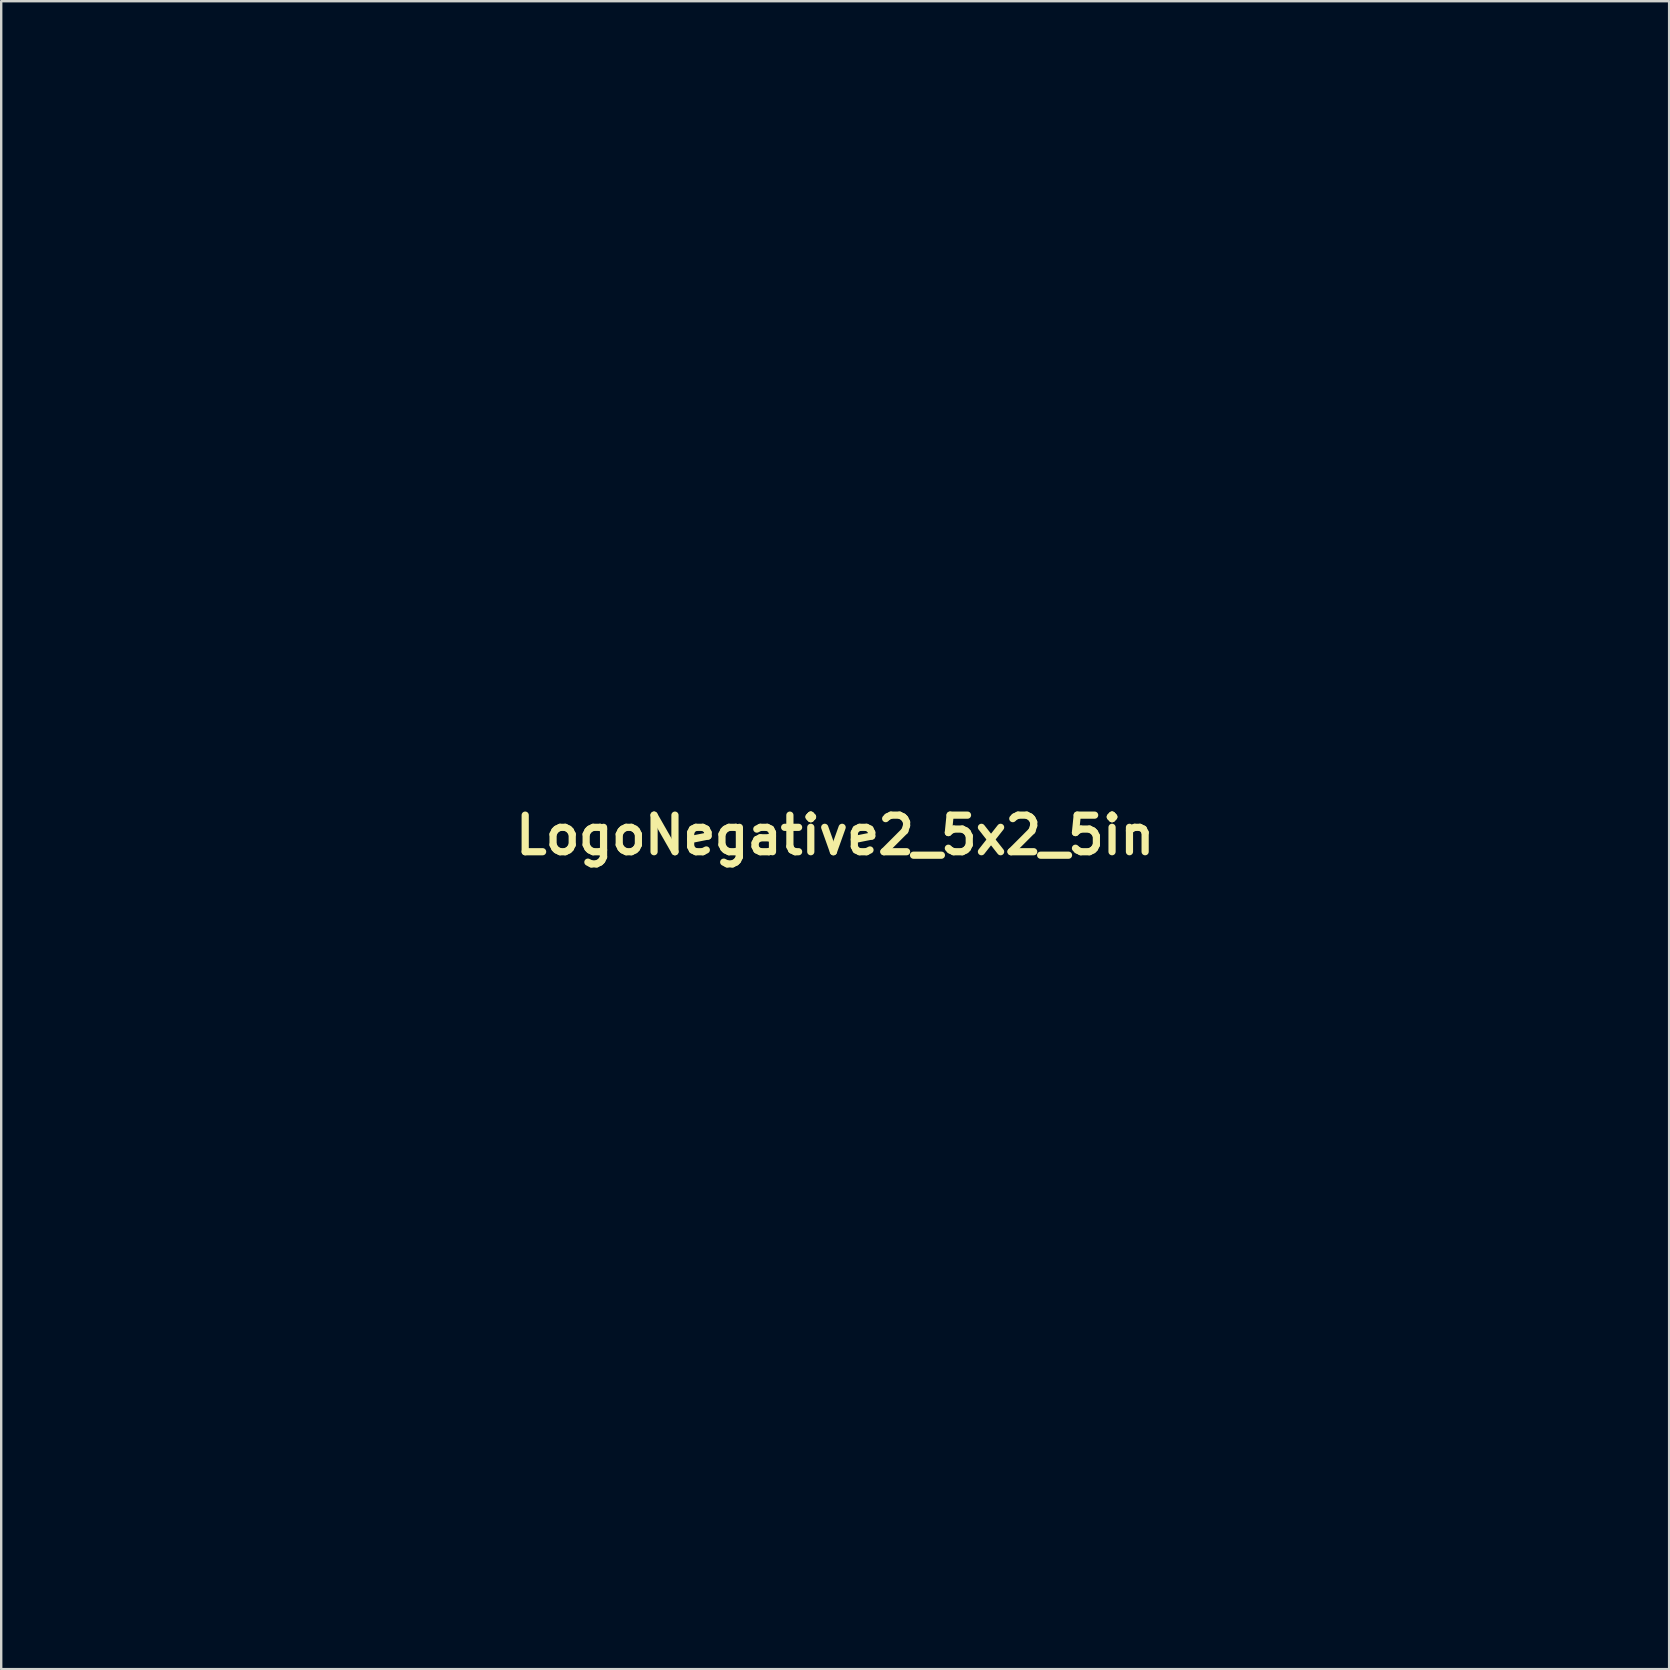
<source format=kicad_pcb>
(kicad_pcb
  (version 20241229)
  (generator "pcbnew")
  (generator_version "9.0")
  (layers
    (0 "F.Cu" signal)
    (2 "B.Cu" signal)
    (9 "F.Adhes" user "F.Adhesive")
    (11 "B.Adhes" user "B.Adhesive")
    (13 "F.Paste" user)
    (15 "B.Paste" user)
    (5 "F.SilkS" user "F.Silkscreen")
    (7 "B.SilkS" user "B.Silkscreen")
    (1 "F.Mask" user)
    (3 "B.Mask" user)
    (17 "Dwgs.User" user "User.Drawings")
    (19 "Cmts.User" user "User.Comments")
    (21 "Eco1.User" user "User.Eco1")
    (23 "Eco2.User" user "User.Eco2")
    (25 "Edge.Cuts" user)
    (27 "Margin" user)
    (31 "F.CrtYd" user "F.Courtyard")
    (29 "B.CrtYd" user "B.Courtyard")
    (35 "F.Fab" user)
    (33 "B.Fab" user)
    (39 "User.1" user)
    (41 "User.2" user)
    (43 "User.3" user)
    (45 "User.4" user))
  (footprint "LogoNegative2_5x2_5in"
    (layer "F.Cu")
    (at 31.755 31.755)
    (property "Reference" "LogoNegative2_5x2_5in" (at 0 0 0) (layer "F.SilkS") (effects (font (size 1.524 1.524) (thickness 0.3))))
    (attr through_hole)
    (fp_poly (pts (xy -4.906 -0.361) (xy -4.903 -0.109) (xy -4.902 0.179) (xy -4.902 0.479) (xy -4.904 0.764) (xy -4.906 0.974) (xy -4.914 1.645) (xy -5.03 1.51) (xy -5.091 1.434) (xy -5.174 1.321) (xy -5.271 1.183) (xy -5.376 1.03) (xy -5.482 0.872) (xy -5.581 0.72) (xy -5.667 0.585) (xy -5.732 0.476) (xy -5.771 0.404) (xy -5.773 0.398) (xy -5.788 0.357) (xy -5.792 0.319) (xy -5.781 0.274) (xy -5.75 0.21) (xy -5.695 0.119) (xy -5.612 -0.012) (xy -5.595 -0.038) (xy -5.484 -0.207) (xy -5.357 -0.397) (xy -5.23 -0.582) (xy -5.145 -0.702) (xy -4.914 -1.025) (xy -4.906 -0.361)) (stroke (width 0.01) (type solid)) (fill yes) (layer "B.Mask"))
    (fp_poly (pts (xy 0.273 -5.242) (xy 0.373 -5.177) (xy 0.495 -5.094) (xy 0.632 -4.999) (xy 0.775 -4.899) (xy 0.914 -4.799) (xy 1.042 -4.705) (xy 1.149 -4.625) (xy 1.227 -4.565) (xy 1.267 -4.53) (xy 1.27 -4.525) (xy 1.241 -4.523) (xy 1.157 -4.521) (xy 1.025 -4.52) (xy 0.852 -4.519) (xy 0.642 -4.518) (xy 0.402 -4.518) (xy 0.139 -4.517) (xy -0.05 -4.517) (xy -1.37 -4.518) (xy -1.23 -4.644) (xy -1.152 -4.708) (xy -1.035 -4.795) (xy -0.89 -4.899) (xy -0.728 -5.01) (xy -0.562 -5.122) (xy -0.403 -5.226) (xy -0.262 -5.314) (xy -0.181 -5.363) (xy -0.044 -5.44) (xy 0.273 -5.242)) (stroke (width 0.01) (type solid)) (fill yes) (layer "B.Mask"))
    (fp_poly (pts (xy -2.586 -4.025) (xy -2.639 -3.964) (xy -2.726 -3.869) (xy -2.845 -3.744) (xy -2.99 -3.595) (xy -3.157 -3.424) (xy -3.342 -3.237) (xy -3.495 -3.084) (xy -4.45 -2.132) (xy -4.431 -2.268) (xy -4.41 -2.397) (xy -4.381 -2.557) (xy -4.347 -2.736) (xy -4.309 -2.926) (xy -4.27 -3.116) (xy -4.231 -3.296) (xy -4.195 -3.455) (xy -4.164 -3.584) (xy -4.14 -3.672) (xy -4.127 -3.708) (xy -4.107 -3.729) (xy -4.07 -3.75) (xy -4.011 -3.771) (xy -3.921 -3.796) (xy -3.795 -3.825) (xy -3.624 -3.86) (xy -3.402 -3.904) (xy -3.345 -3.915) (xy -3.14 -3.954) (xy -2.954 -3.988) (xy -2.796 -4.016) (xy -2.674 -4.036) (xy -2.596 -4.046) (xy -2.572 -4.047) (xy -2.586 -4.025)) (stroke (width 0.01) (type solid)) (fill yes) (layer "B.Mask"))
    (fp_poly (pts (xy 1.219 5.256) (xy 1.168 5.294) (xy 1.08 5.357) (xy 0.962 5.438) (xy 0.823 5.532) (xy 0.672 5.634) (xy 0.515 5.738) (xy 0.363 5.84) (xy 0.222 5.932) (xy 0.101 6.01) (xy 0.01 6.068) (xy -0.045 6.101) (xy -0.057 6.106) (xy -0.086 6.089) (xy -0.159 6.043) (xy -0.267 5.972) (xy -0.406 5.881) (xy -0.567 5.774) (xy -0.726 5.668) (xy -0.901 5.549) (xy -1.059 5.441) (xy -1.193 5.348) (xy -1.296 5.275) (xy -1.362 5.227) (xy -1.383 5.208) (xy -1.356 5.204) (xy -1.274 5.199) (xy -1.143 5.195) (xy -0.97 5.192) (xy -0.761 5.189) (xy -0.521 5.187) (xy -0.257 5.186) (xy -0.044 5.186) (xy 1.304 5.186) (xy 1.219 5.256)) (stroke (width 0.01) (type solid)) (fill yes) (layer "B.Mask"))
    (fp_poly (pts (xy 2.6 -4.038) (xy 2.693 -4.025) (xy 2.827 -4.002) (xy 2.991 -3.971) (xy 3.173 -3.937) (xy 3.359 -3.9) (xy 3.538 -3.864) (xy 3.698 -3.83) (xy 3.826 -3.801) (xy 3.91 -3.78) (xy 3.923 -3.776) (xy 3.993 -3.749) (xy 4.033 -3.725) (xy 4.034 -3.723) (xy 4.045 -3.686) (xy 4.064 -3.6) (xy 4.09 -3.474) (xy 4.12 -3.319) (xy 4.154 -3.145) (xy 4.189 -2.961) (xy 4.223 -2.776) (xy 4.254 -2.603) (xy 4.282 -2.449) (xy 4.303 -2.324) (xy 4.315 -2.24) (xy 4.318 -2.205) (xy 4.296 -2.22) (xy 4.235 -2.274) (xy 4.141 -2.362) (xy 4.017 -2.481) (xy 3.867 -2.626) (xy 3.698 -2.793) (xy 3.511 -2.978) (xy 3.372 -3.118) (xy 2.434 -4.059) (xy 2.6 -4.038)) (stroke (width 0.01) (type solid)) (fill yes) (layer "B.Mask"))
    (fp_poly (pts (xy 4.318 2.897) (xy 4.315 2.942) (xy 4.301 3.035) (xy 4.279 3.166) (xy 4.251 3.325) (xy 4.219 3.501) (xy 4.184 3.683) (xy 4.149 3.862) (xy 4.115 4.026) (xy 4.086 4.165) (xy 4.061 4.268) (xy 4.049 4.315) (xy 4.013 4.387) (xy 3.967 4.428) (xy 3.965 4.429) (xy 3.921 4.439) (xy 3.829 4.458) (xy 3.698 4.484) (xy 3.54 4.516) (xy 3.363 4.55) (xy 3.178 4.586) (xy 2.995 4.621) (xy 2.825 4.653) (xy 2.676 4.68) (xy 2.56 4.702) (xy 2.486 4.714) (xy 2.465 4.717) (xy 2.479 4.696) (xy 2.532 4.637) (xy 2.62 4.545) (xy 2.738 4.422) (xy 2.882 4.274) (xy 3.048 4.105) (xy 3.233 3.919) (xy 3.372 3.779) (xy 3.613 3.538) (xy 3.815 3.339) (xy 3.98 3.179) (xy 4.109 3.057) (xy 4.205 2.97) (xy 4.271 2.916) (xy 4.308 2.894) (xy 4.318 2.897)) (stroke (width 0.01) (type solid)) (fill yes) (layer "B.Mask"))
    (fp_poly (pts (xy -4.413 2.842) (xy -4.352 2.899) (xy -4.258 2.991) (xy -4.133 3.113) (xy -3.984 3.261) (xy -3.813 3.43) (xy -3.625 3.617) (xy -3.477 3.765) (xy -3.281 3.962) (xy -3.099 4.146) (xy -2.935 4.312) (xy -2.794 4.456) (xy -2.68 4.573) (xy -2.598 4.66) (xy -2.551 4.712) (xy -2.541 4.726) (xy -2.575 4.724) (xy -2.655 4.713) (xy -2.771 4.694) (xy -2.911 4.669) (xy -2.918 4.667) (xy -3.217 4.61) (xy -3.461 4.562) (xy -3.657 4.522) (xy -3.81 4.489) (xy -3.926 4.461) (xy -4.01 4.437) (xy -4.067 4.416) (xy -4.103 4.396) (xy -4.124 4.376) (xy -4.127 4.371) (xy -4.141 4.33) (xy -4.163 4.241) (xy -4.192 4.113) (xy -4.225 3.957) (xy -4.262 3.781) (xy -4.299 3.596) (xy -4.336 3.411) (xy -4.369 3.236) (xy -4.398 3.08) (xy -4.42 2.953) (xy -4.433 2.865) (xy -4.436 2.824) (xy -4.436 2.823) (xy -4.413 2.842)) (stroke (width 0.01) (type solid)) (fill yes) (layer "B.Mask"))
    (fp_poly (pts (xy 4.841 -0.974) (xy 4.894 -0.906) (xy 4.968 -0.803) (xy 5.058 -0.674) (xy 5.158 -0.527) (xy 5.262 -0.369) (xy 5.366 -0.209) (xy 5.464 -0.056) (xy 5.55 0.083) (xy 5.619 0.198) (xy 5.666 0.283) (xy 5.685 0.328) (xy 5.685 0.33) (xy 5.667 0.382) (xy 5.617 0.478) (xy 5.535 0.617) (xy 5.425 0.792) (xy 5.289 1.002) (xy 5.257 1.05) (xy 5.123 1.251) (xy 5.018 1.407) (xy 4.94 1.523) (xy 4.883 1.604) (xy 4.845 1.655) (xy 4.822 1.682) (xy 4.809 1.69) (xy 4.805 1.686) (xy 4.802 1.65) (xy 4.8 1.561) (xy 4.799 1.428) (xy 4.798 1.258) (xy 4.797 1.058) (xy 4.797 0.835) (xy 4.797 0.598) (xy 4.798 0.352) (xy 4.799 0.107) (xy 4.8 -0.132) (xy 4.801 -0.356) (xy 4.803 -0.557) (xy 4.805 -0.73) (xy 4.808 -0.866) (xy 4.81 -0.957) (xy 4.813 -0.997) (xy 4.814 -0.998) (xy 4.841 -0.974)) (stroke (width 0.01) (type solid)) (fill yes) (layer "B.Mask"))
    (fp_poly (pts (xy -7.517 -2.412) (xy -7.327 -1.953) (xy -7.152 -1.545) (xy -6.988 -1.179) (xy -6.832 -0.849) (xy -6.68 -0.548) (xy -6.529 -0.267) (xy -6.456 -0.136) (xy -6.358 0.04) (xy -6.293 0.173) (xy -6.257 0.271) (xy -6.248 0.333) (xy -6.261 0.406) (xy -6.301 0.511) (xy -6.373 0.654) (xy -6.446 0.786) (xy -6.7 1.25) (xy -6.938 1.727) (xy -7.168 2.234) (xy -7.38 2.74) (xy -7.439 2.883) (xy -7.49 3.006) (xy -7.53 3.097) (xy -7.553 3.146) (xy -7.556 3.151) (xy -7.588 3.145) (xy -7.664 3.114) (xy -7.774 3.063) (xy -7.91 2.997) (xy -8.013 2.943) (xy -8.603 2.617) (xy -9.197 2.256) (xy -9.783 1.868) (xy -10.349 1.462) (xy -10.883 1.046) (xy -11.372 0.629) (xy -11.514 0.5) (xy -11.7 0.328) (xy -11.482 0.13) (xy -11.003 -0.283) (xy -10.481 -0.697) (xy -9.928 -1.102) (xy -9.358 -1.489) (xy -8.783 -1.849) (xy -8.218 -2.172) (xy -7.858 -2.36) (xy -7.557 -2.511) (xy -7.517 -2.412)) (stroke (width 0.01) (type solid)) (fill yes) (layer "B.Mask"))
    (fp_poly (pts (xy 0.272 6.656) (xy 0.67 6.874) (xy 1.106 7.097) (xy 1.559 7.314) (xy 2.008 7.516) (xy 2.433 7.692) (xy 2.48 7.71) (xy 2.596 7.757) (xy 2.692 7.798) (xy 2.752 7.827) (xy 2.763 7.834) (xy 2.758 7.868) (xy 2.727 7.945) (xy 2.673 8.061) (xy 2.601 8.205) (xy 2.514 8.372) (xy 2.416 8.554) (xy 2.312 8.742) (xy 2.206 8.93) (xy 2.101 9.109) (xy 2.082 9.141) (xy 1.635 9.841) (xy 1.141 10.539) (xy 0.61 11.218) (xy 0.347 11.532) (xy 0.229 11.669) (xy 0.124 11.788) (xy 0.04 11.884) (xy -0.018 11.948) (xy -0.043 11.974) (xy -0.044 11.974) (xy -0.067 11.954) (xy -0.122 11.899) (xy -0.197 11.82) (xy -0.229 11.785) (xy -0.639 11.319) (xy -1.051 10.804) (xy -1.457 10.251) (xy -1.85 9.671) (xy -2.223 9.076) (xy -2.567 8.476) (xy -2.687 8.251) (xy -2.904 7.839) (xy -2.503 7.679) (xy -1.97 7.456) (xy -1.431 7.207) (xy -0.875 6.928) (xy -0.289 6.612) (xy -0.181 6.552) (xy -0.045 6.475) (xy 0.272 6.656)) (stroke (width 0.01) (type solid)) (fill yes) (layer "B.Mask"))
    (fp_poly (pts (xy -5.989 0.721) (xy -5.943 0.769) (xy -5.878 0.848) (xy -5.79 0.962) (xy -5.677 1.117) (xy -5.534 1.315) (xy -5.453 1.428) (xy -5.315 1.621) (xy -5.188 1.803) (xy -5.074 1.965) (xy -4.98 2.102) (xy -4.91 2.206) (xy -4.868 2.27) (xy -4.861 2.283) (xy -4.847 2.329) (xy -4.825 2.426) (xy -4.796 2.565) (xy -4.762 2.736) (xy -4.725 2.931) (xy -4.686 3.14) (xy -4.647 3.354) (xy -4.61 3.565) (xy -4.576 3.762) (xy -4.547 3.939) (xy -4.525 4.084) (xy -4.51 4.189) (xy -4.505 4.244) (xy -4.509 4.272) (xy -4.528 4.287) (xy -4.573 4.286) (xy -4.652 4.271) (xy -4.778 4.239) (xy -4.808 4.231) (xy -5.058 4.161) (xy -5.35 4.068) (xy -5.674 3.957) (xy -6.017 3.832) (xy -6.32 3.716) (xy -6.616 3.596) (xy -6.855 3.494) (xy -7.035 3.409) (xy -7.158 3.34) (xy -7.222 3.289) (xy -7.233 3.262) (xy -7.205 3.169) (xy -7.154 3.033) (xy -7.085 2.861) (xy -6.999 2.66) (xy -6.902 2.438) (xy -6.796 2.203) (xy -6.684 1.961) (xy -6.571 1.721) (xy -6.459 1.489) (xy -6.353 1.273) (xy -6.255 1.08) (xy -6.169 0.918) (xy -6.099 0.795) (xy -6.048 0.717) (xy -6.035 0.702) (xy -6.018 0.7) (xy -5.989 0.721)) (stroke (width 0.01) (type solid)) (fill yes) (layer "B.Mask"))
    (fp_poly (pts (xy 8.164 -7.583) (xy 8.153 -7.227) (xy 8.118 -6.815) (xy 8.06 -6.349) (xy 7.978 -5.827) (xy 7.89 -5.337) (xy 7.832 -5.045) (xy 7.769 -4.75) (xy 7.702 -4.46) (xy 7.633 -4.18) (xy 7.564 -3.915) (xy 7.496 -3.673) (xy 7.432 -3.458) (xy 7.372 -3.277) (xy 7.319 -3.136) (xy 7.273 -3.04) (xy 7.238 -2.996) (xy 7.23 -2.994) (xy 7.175 -3.007) (xy 7.091 -3.038) (xy 7.045 -3.058) (xy 6.788 -3.171) (xy 6.487 -3.293) (xy 6.158 -3.419) (xy 5.814 -3.544) (xy 5.472 -3.662) (xy 5.146 -3.768) (xy 4.852 -3.856) (xy 4.808 -3.869) (xy 4.625 -3.919) (xy 4.492 -3.958) (xy 4.399 -3.992) (xy 4.336 -4.025) (xy 4.296 -4.065) (xy 4.269 -4.117) (xy 4.247 -4.187) (xy 4.23 -4.245) (xy 4.103 -4.669) (xy 3.985 -5.046) (xy 3.873 -5.387) (xy 3.763 -5.702) (xy 3.651 -6.003) (xy 3.533 -6.302) (xy 3.405 -6.609) (xy 3.402 -6.616) (xy 3.343 -6.761) (xy 3.302 -6.877) (xy 3.282 -6.954) (xy 3.284 -6.983) (xy 3.321 -7.002) (xy 3.405 -7.034) (xy 3.524 -7.076) (xy 3.666 -7.123) (xy 3.704 -7.135) (xy 4.315 -7.315) (xy 4.957 -7.475) (xy 5.613 -7.613) (xy 6.271 -7.727) (xy 6.914 -7.813) (xy 7.527 -7.869) (xy 7.749 -7.882) (xy 8.164 -7.902) (xy 8.164 -7.583)) (stroke (width 0.01) (type solid)) (fill yes) (layer "B.Mask"))
    (fp_poly (pts (xy -3.221 7.983) (xy -3.174 8.049) (xy -3.111 8.153) (xy -3.037 8.285) (xy -2.993 8.366) (xy -2.518 9.216) (xy -2.007 10.024) (xy -1.453 10.799) (xy -0.85 11.553) (xy -0.599 11.843) (xy -0.276 12.211) (xy -0.735 12.66) (xy -1.451 13.317) (xy -2.211 13.934) (xy -3.01 14.509) (xy -3.844 15.038) (xy -4.711 15.521) (xy -5.605 15.953) (xy -6.363 16.271) (xy -6.489 16.32) (xy -6.594 16.358) (xy -6.664 16.383) (xy -6.688 16.389) (xy -6.712 16.364) (xy -6.751 16.296) (xy -6.799 16.201) (xy -6.806 16.185) (xy -6.989 15.766) (xy -7.172 15.303) (xy -7.349 14.814) (xy -7.514 14.314) (xy -7.661 13.821) (xy -7.757 13.466) (xy -7.927 12.742) (xy -8.062 12.048) (xy -8.162 11.369) (xy -8.23 10.687) (xy -8.269 9.986) (xy -8.276 9.732) (xy -8.294 8.895) (xy -8.131 8.879) (xy -8.029 8.87) (xy -7.889 8.86) (xy -7.733 8.85) (xy -7.647 8.845) (xy -7.238 8.815) (xy -6.789 8.765) (xy -6.314 8.7) (xy -5.828 8.62) (xy -5.347 8.529) (xy -4.887 8.43) (xy -4.462 8.325) (xy -4.415 8.312) (xy -4.322 8.286) (xy -4.194 8.249) (xy -4.04 8.203) (xy -3.874 8.154) (xy -3.706 8.104) (xy -3.548 8.056) (xy -3.411 8.014) (xy -3.308 7.982) (xy -3.25 7.963) (xy -3.247 7.962) (xy -3.221 7.983)) (stroke (width 0.01) (type solid)) (fill yes) (layer "B.Mask"))
    (fp_poly (pts (xy 7.483 -2.495) (xy 7.557 -2.46) (xy 7.667 -2.405) (xy 7.805 -2.333) (xy 7.963 -2.249) (xy 8.132 -2.158) (xy 8.303 -2.064) (xy 8.47 -1.971) (xy 8.622 -1.884) (xy 8.75 -1.808) (xy 9.263 -1.485) (xy 9.786 -1.129) (xy 10.302 -0.752) (xy 10.798 -0.363) (xy 11.257 0.025) (xy 11.445 0.194) (xy 11.596 0.332) (xy 11.445 0.47) (xy 10.835 0.997) (xy 10.181 1.507) (xy 9.501 1.989) (xy 8.812 2.429) (xy 8.618 2.545) (xy 8.477 2.626) (xy 8.319 2.715) (xy 8.153 2.809) (xy 7.987 2.9) (xy 7.829 2.986) (xy 7.69 3.061) (xy 7.576 3.121) (xy 7.498 3.161) (xy 7.464 3.175) (xy 7.463 3.175) (xy 7.448 3.149) (xy 7.419 3.081) (xy 7.381 2.986) (xy 7.381 2.986) (xy 7.254 2.67) (xy 7.105 2.323) (xy 6.94 1.959) (xy 6.766 1.593) (xy 6.591 1.24) (xy 6.422 0.916) (xy 6.277 0.656) (xy 6.209 0.536) (xy 6.154 0.434) (xy 6.119 0.362) (xy 6.108 0.333) (xy 6.122 0.296) (xy 6.161 0.218) (xy 6.219 0.11) (xy 6.29 -0.018) (xy 6.301 -0.038) (xy 6.493 -0.389) (xy 6.69 -0.774) (xy 6.884 -1.174) (xy 7.067 -1.574) (xy 7.232 -1.956) (xy 7.367 -2.296) (xy 7.405 -2.396) (xy 7.436 -2.47) (xy 7.453 -2.504) (xy 7.453 -2.504) (xy 7.483 -2.495)) (stroke (width 0.01) (type solid)) (fill yes) (layer "B.Mask"))
    (fp_poly (pts (xy 5.941 0.715) (xy 5.994 0.794) (xy 6.065 0.914) (xy 6.15 1.071) (xy 6.247 1.256) (xy 6.351 1.464) (xy 6.46 1.688) (xy 6.571 1.921) (xy 6.68 2.156) (xy 6.783 2.388) (xy 6.879 2.609) (xy 6.95 2.782) (xy 7.024 2.966) (xy 7.077 3.102) (xy 7.109 3.2) (xy 7.12 3.266) (xy 7.111 3.311) (xy 7.081 3.343) (xy 7.031 3.371) (xy 6.965 3.402) (xy 6.811 3.47) (xy 6.614 3.553) (xy 6.39 3.645) (xy 6.152 3.739) (xy 5.914 3.83) (xy 5.692 3.913) (xy 5.501 3.982) (xy 5.473 3.991) (xy 5.277 4.056) (xy 5.081 4.119) (xy 4.896 4.175) (xy 4.73 4.224) (xy 4.59 4.263) (xy 4.485 4.289) (xy 4.424 4.3) (xy 4.412 4.298) (xy 4.413 4.248) (xy 4.424 4.149) (xy 4.443 4.008) (xy 4.469 3.834) (xy 4.5 3.637) (xy 4.533 3.426) (xy 4.569 3.209) (xy 4.606 2.996) (xy 4.641 2.795) (xy 4.674 2.617) (xy 4.703 2.469) (xy 4.726 2.36) (xy 4.743 2.3) (xy 4.744 2.298) (xy 4.771 2.251) (xy 4.827 2.164) (xy 4.907 2.047) (xy 5.006 1.905) (xy 5.118 1.746) (xy 5.239 1.576) (xy 5.364 1.403) (xy 5.487 1.234) (xy 5.604 1.075) (xy 5.708 0.935) (xy 5.796 0.819) (xy 5.862 0.735) (xy 5.902 0.691) (xy 5.909 0.685) (xy 5.941 0.715)) (stroke (width 0.01) (type solid)) (fill yes) (layer "B.Mask"))
    (fp_poly (pts (xy 3.919 4.785) (xy 3.919 4.823) (xy 3.901 4.911) (xy 3.866 5.04) (xy 3.817 5.205) (xy 3.756 5.397) (xy 3.686 5.61) (xy 3.609 5.836) (xy 3.527 6.069) (xy 3.444 6.3) (xy 3.36 6.524) (xy 3.28 6.732) (xy 3.215 6.89) (xy 3.127 7.101) (xy 3.058 7.263) (xy 3.005 7.38) (xy 2.966 7.459) (xy 2.938 7.505) (xy 2.918 7.526) (xy 2.91 7.528) (xy 2.875 7.517) (xy 2.795 7.487) (xy 2.679 7.442) (xy 2.538 7.386) (xy 2.449 7.351) (xy 2.168 7.234) (xy 1.872 7.105) (xy 1.578 6.972) (xy 1.302 6.842) (xy 1.059 6.722) (xy 0.973 6.677) (xy 0.754 6.56) (xy 0.584 6.468) (xy 0.459 6.398) (xy 0.373 6.347) (xy 0.323 6.313) (xy 0.303 6.292) (xy 0.302 6.289) (xy 0.326 6.265) (xy 0.393 6.211) (xy 0.495 6.133) (xy 0.626 6.036) (xy 0.779 5.924) (xy 0.946 5.804) (xy 1.121 5.679) (xy 1.296 5.555) (xy 1.465 5.437) (xy 1.62 5.329) (xy 1.755 5.238) (xy 1.862 5.167) (xy 1.934 5.122) (xy 1.961 5.109) (xy 2.012 5.097) (xy 2.112 5.077) (xy 2.251 5.052) (xy 2.42 5.022) (xy 2.611 4.989) (xy 2.816 4.954) (xy 3.026 4.92) (xy 3.232 4.886) (xy 3.427 4.855) (xy 3.6 4.828) (xy 3.744 4.806) (xy 3.85 4.791) (xy 3.909 4.785) (xy 3.919 4.785)) (stroke (width 0.01) (type solid)) (fill yes) (layer "B.Mask"))
    (fp_poly (pts (xy -2.968 -6.826) (xy -2.859 -6.8) (xy -2.706 -6.749) (xy -2.516 -6.677) (xy -2.291 -6.585) (xy -2.039 -6.474) (xy -1.764 -6.348) (xy -1.471 -6.209) (xy -1.237 -6.094) (xy -1.04 -5.994) (xy -0.856 -5.897) (xy -0.694 -5.808) (xy -0.559 -5.731) (xy -0.46 -5.67) (xy -0.404 -5.628) (xy -0.393 -5.614) (xy -0.416 -5.593) (xy -0.479 -5.548) (xy -0.569 -5.486) (xy -0.612 -5.457) (xy -0.703 -5.395) (xy -0.832 -5.305) (xy -0.987 -5.195) (xy -1.158 -5.072) (xy -1.335 -4.945) (xy -1.388 -4.906) (xy -1.554 -4.786) (xy -1.708 -4.677) (xy -1.843 -4.583) (xy -1.95 -4.512) (xy -2.021 -4.468) (xy -2.038 -4.458) (xy -2.083 -4.447) (xy -2.178 -4.426) (xy -2.315 -4.4) (xy -2.484 -4.368) (xy -2.678 -4.332) (xy -2.886 -4.295) (xy -3.099 -4.257) (xy -3.31 -4.221) (xy -3.508 -4.187) (xy -3.685 -4.158) (xy -3.831 -4.135) (xy -3.939 -4.119) (xy -3.998 -4.112) (xy -4.001 -4.112) (xy -4.02 -4.137) (xy -4.022 -4.157) (xy -4.012 -4.208) (xy -3.987 -4.306) (xy -3.948 -4.442) (xy -3.899 -4.606) (xy -3.843 -4.788) (xy -3.783 -4.978) (xy -3.721 -5.167) (xy -3.662 -5.343) (xy -3.608 -5.498) (xy -3.584 -5.564) (xy -3.496 -5.795) (xy -3.407 -6.02) (xy -3.32 -6.231) (xy -3.239 -6.421) (xy -3.166 -6.583) (xy -3.104 -6.709) (xy -3.058 -6.793) (xy -3.029 -6.827) (xy -2.968 -6.826)) (stroke (width 0.01) (type solid)) (fill yes) (layer "B.Mask"))
    (fp_poly (pts (xy 4.529 -3.613) (xy 4.656 -3.582) (xy 4.816 -3.538) (xy 5 -3.483) (xy 5.199 -3.42) (xy 5.367 -3.364) (xy 5.512 -3.313) (xy 5.685 -3.25) (xy 5.877 -3.178) (xy 6.08 -3.101) (xy 6.287 -3.021) (xy 6.488 -2.942) (xy 6.676 -2.867) (xy 6.843 -2.799) (xy 6.981 -2.742) (xy 7.08 -2.698) (xy 7.134 -2.671) (xy 7.141 -2.667) (xy 7.137 -2.632) (xy 7.112 -2.549) (xy 7.068 -2.427) (xy 7.009 -2.274) (xy 6.938 -2.096) (xy 6.857 -1.902) (xy 6.771 -1.699) (xy 6.682 -1.496) (xy 6.593 -1.3) (xy 6.58 -1.271) (xy 6.509 -1.123) (xy 6.427 -0.955) (xy 6.338 -0.778) (xy 6.246 -0.6) (xy 6.158 -0.43) (xy 6.077 -0.278) (xy 6.008 -0.152) (xy 5.956 -0.063) (xy 5.927 -0.02) (xy 5.904 -0.037) (xy 5.851 -0.099) (xy 5.772 -0.198) (xy 5.671 -0.33) (xy 5.553 -0.489) (xy 5.422 -0.669) (xy 5.345 -0.776) (xy 5.207 -0.97) (xy 5.078 -1.151) (xy 4.965 -1.313) (xy 4.87 -1.448) (xy 4.8 -1.55) (xy 4.758 -1.613) (xy 4.75 -1.628) (xy 4.737 -1.671) (xy 4.716 -1.764) (xy 4.689 -1.898) (xy 4.658 -2.064) (xy 4.623 -2.254) (xy 4.586 -2.459) (xy 4.549 -2.67) (xy 4.513 -2.88) (xy 4.48 -3.08) (xy 4.451 -3.261) (xy 4.427 -3.414) (xy 4.41 -3.532) (xy 4.402 -3.606) (xy 4.403 -3.626) (xy 4.441 -3.628) (xy 4.529 -3.613)) (stroke (width 0.01) (type solid)) (fill yes) (layer "B.Mask"))
    (fp_poly (pts (xy 7.288 3.669) (xy 7.315 3.751) (xy 7.353 3.872) (xy 7.398 4.023) (xy 7.449 4.193) (xy 7.501 4.373) (xy 7.553 4.553) (xy 7.601 4.724) (xy 7.643 4.876) (xy 7.675 4.999) (xy 7.678 5.01) (xy 7.855 5.789) (xy 7.995 6.564) (xy 8.094 7.321) (xy 8.132 7.741) (xy 8.145 7.914) (xy 8.158 8.082) (xy 8.169 8.227) (xy 8.177 8.333) (xy 8.179 8.35) (xy 8.185 8.448) (xy 8.179 8.502) (xy 8.156 8.528) (xy 8.126 8.539) (xy 8.042 8.55) (xy 7.91 8.554) (xy 7.74 8.551) (xy 7.545 8.542) (xy 7.335 8.526) (xy 7.166 8.51) (xy 6.8 8.464) (xy 6.399 8.404) (xy 5.975 8.331) (xy 5.541 8.249) (xy 5.109 8.159) (xy 4.69 8.064) (xy 4.297 7.967) (xy 3.941 7.87) (xy 3.668 7.787) (xy 3.534 7.742) (xy 3.42 7.702) (xy 3.338 7.672) (xy 3.304 7.656) (xy 3.297 7.632) (xy 3.307 7.574) (xy 3.337 7.477) (xy 3.387 7.338) (xy 3.459 7.15) (xy 3.495 7.059) (xy 3.603 6.78) (xy 3.723 6.453) (xy 3.85 6.089) (xy 3.983 5.699) (xy 4.116 5.295) (xy 4.236 4.915) (xy 4.311 4.675) (xy 4.718 4.559) (xy 5.14 4.432) (xy 5.585 4.286) (xy 6.036 4.127) (xy 6.473 3.961) (xy 6.879 3.796) (xy 7.087 3.705) (xy 7.18 3.666) (xy 7.247 3.641) (xy 7.274 3.636) (xy 7.288 3.669)) (stroke (width 0.01) (type solid)) (fill yes) (layer "B.Mask"))
    (fp_poly (pts (xy 8.838 -7.919) (xy 9.014 -7.914) (xy 9.215 -7.907) (xy 9.435 -7.898) (xy 9.664 -7.887) (xy 9.893 -7.874) (xy 10.114 -7.861) (xy 10.318 -7.848) (xy 10.498 -7.834) (xy 10.644 -7.821) (xy 10.689 -7.816) (xy 11.536 -7.698) (xy 12.385 -7.537) (xy 13.226 -7.336) (xy 14.047 -7.097) (xy 14.839 -6.825) (xy 15.59 -6.521) (xy 15.79 -6.431) (xy 16.022 -6.325) (xy 15.93 -6.088) (xy 15.541 -5.164) (xy 15.102 -4.267) (xy 14.617 -3.401) (xy 14.086 -2.571) (xy 13.513 -1.778) (xy 12.899 -1.027) (xy 12.286 -0.361) (xy 12.153 -0.226) (xy 12.035 -0.107) (xy 11.936 -0.011) (xy 11.865 0.057) (xy 11.827 0.089) (xy 11.823 0.091) (xy 11.794 0.072) (xy 11.728 0.019) (xy 11.636 -0.059) (xy 11.525 -0.156) (xy 11.487 -0.189) (xy 10.761 -0.801) (xy 10.006 -1.369) (xy 9.215 -1.898) (xy 8.379 -2.392) (xy 7.968 -2.615) (xy 7.829 -2.688) (xy 7.711 -2.75) (xy 7.623 -2.797) (xy 7.574 -2.823) (xy 7.568 -2.826) (xy 7.574 -2.854) (xy 7.596 -2.926) (xy 7.629 -3.025) (xy 7.637 -3.048) (xy 7.802 -3.564) (xy 7.955 -4.127) (xy 8.095 -4.725) (xy 8.218 -5.345) (xy 8.322 -5.973) (xy 8.405 -6.597) (xy 8.464 -7.205) (xy 8.486 -7.524) (xy 8.496 -7.688) (xy 8.507 -7.799) (xy 8.521 -7.869) (xy 8.539 -7.905) (xy 8.554 -7.916) (xy 8.599 -7.92) (xy 8.697 -7.921) (xy 8.838 -7.919)) (stroke (width 0.01) (type solid)) (fill yes) (layer "B.Mask"))
    (fp_poly (pts (xy -16.062 7.368) (xy -15.386 7.654) (xy -14.668 7.92) (xy -13.927 8.16) (xy -13.179 8.368) (xy -12.443 8.538) (xy -12.11 8.603) (xy -11.616 8.685) (xy -11.087 8.755) (xy -10.543 8.812) (xy -10.001 8.855) (xy -9.481 8.882) (xy -9.027 8.89) (xy -8.627 8.89) (xy -8.607 9.578) (xy -8.548 10.626) (xy -8.435 11.649) (xy -8.267 12.649) (xy -8.044 13.628) (xy -7.765 14.588) (xy -7.43 15.531) (xy -7.093 16.337) (xy -7.015 16.512) (xy -7.098 16.543) (xy -7.184 16.573) (xy -7.316 16.615) (xy -7.48 16.665) (xy -7.664 16.72) (xy -7.855 16.775) (xy -8.041 16.828) (xy -8.206 16.873) (xy -9.125 17.089) (xy -10.07 17.255) (xy -11.029 17.369) (xy -11.992 17.431) (xy -12.949 17.44) (xy -13.607 17.414) (xy -14.191 17.367) (xy -14.814 17.294) (xy -15.421 17.203) (xy -15.649 17.165) (xy -15.872 17.124) (xy -16.083 17.083) (xy -16.273 17.044) (xy -16.435 17.008) (xy -16.56 16.977) (xy -16.64 16.953) (xy -16.664 16.94) (xy -16.687 16.891) (xy -16.716 16.79) (xy -16.751 16.643) (xy -16.79 16.458) (xy -16.831 16.243) (xy -16.874 16.004) (xy -16.917 15.75) (xy -16.959 15.488) (xy -16.998 15.224) (xy -17.033 14.967) (xy -17.055 14.789) (xy -17.137 13.857) (xy -17.164 12.909) (xy -17.138 11.951) (xy -17.059 10.991) (xy -16.927 10.037) (xy -16.745 9.097) (xy -16.512 8.177) (xy -16.325 7.568) (xy -16.234 7.29) (xy -16.062 7.368)) (stroke (width 0.01) (type solid)) (fill yes) (layer "B.Mask"))
    (fp_poly (pts (xy -7.342 3.68) (xy -7.259 3.703) (xy -7.133 3.745) (xy -6.974 3.803) (xy -6.787 3.874) (xy -6.737 3.894) (xy -6.536 3.971) (xy -6.29 4.06) (xy -6.011 4.158) (xy -5.712 4.26) (xy -5.406 4.362) (xy -5.105 4.459) (xy -4.823 4.548) (xy -4.571 4.624) (xy -4.516 4.64) (xy -4.447 4.674) (xy -4.415 4.702) (xy -4.396 4.744) (xy -4.363 4.833) (xy -4.322 4.961) (xy -4.274 5.115) (xy -4.234 5.252) (xy -4.01 5.969) (xy -3.748 6.69) (xy -3.556 7.165) (xy -3.491 7.321) (xy -3.438 7.458) (xy -3.4 7.565) (xy -3.38 7.634) (xy -3.38 7.654) (xy -3.419 7.673) (xy -3.508 7.705) (xy -3.638 7.747) (xy -3.799 7.796) (xy -3.983 7.851) (xy -4.18 7.908) (xy -4.383 7.964) (xy -4.581 8.018) (xy -4.765 8.067) (xy -4.914 8.104) (xy -5.44 8.221) (xy -5.987 8.326) (xy -6.518 8.412) (xy -6.577 8.42) (xy -6.749 8.442) (xy -6.952 8.465) (xy -7.175 8.488) (xy -7.402 8.509) (xy -7.623 8.528) (xy -7.823 8.543) (xy -7.99 8.553) (xy -8.11 8.557) (xy -8.115 8.557) (xy -8.292 8.557) (xy -8.272 8.217) (xy -8.183 7.219) (xy -8.035 6.219) (xy -7.829 5.221) (xy -7.772 4.991) (xy -7.721 4.793) (xy -7.665 4.587) (xy -7.608 4.382) (xy -7.551 4.188) (xy -7.498 4.012) (xy -7.45 3.865) (xy -7.412 3.754) (xy -7.385 3.689) (xy -7.378 3.677) (xy -7.342 3.68)) (stroke (width 0.01) (type solid)) (fill yes) (layer "B.Mask"))
    (fp_poly (pts (xy -4.505 -3.625) (xy -4.51 -3.586) (xy -4.524 -3.499) (xy -4.544 -3.376) (xy -4.569 -3.227) (xy -4.579 -3.166) (xy -4.611 -2.977) (xy -4.648 -2.752) (xy -4.686 -2.515) (xy -4.721 -2.292) (xy -4.732 -2.226) (xy -4.761 -2.05) (xy -4.791 -1.888) (xy -4.82 -1.754) (xy -4.845 -1.658) (xy -4.859 -1.622) (xy -4.885 -1.58) (xy -4.941 -1.496) (xy -5.022 -1.379) (xy -5.121 -1.236) (xy -5.235 -1.074) (xy -5.356 -0.9) (xy -5.481 -0.724) (xy -5.603 -0.551) (xy -5.717 -0.39) (xy -5.818 -0.249) (xy -5.901 -0.135) (xy -5.96 -0.056) (xy -5.988 -0.02) (xy -6.013 -0.032) (xy -6.058 -0.086) (xy -6.114 -0.172) (xy -6.132 -0.201) (xy -6.215 -0.351) (xy -6.316 -0.542) (xy -6.428 -0.762) (xy -6.545 -0.998) (xy -6.66 -1.235) (xy -6.766 -1.461) (xy -6.857 -1.662) (xy -6.864 -1.678) (xy -6.915 -1.799) (xy -6.975 -1.941) (xy -7.038 -2.093) (xy -7.1 -2.246) (xy -7.158 -2.387) (xy -7.206 -2.508) (xy -7.24 -2.597) (xy -7.256 -2.644) (xy -7.257 -2.647) (xy -7.231 -2.664) (xy -7.158 -2.699) (xy -7.048 -2.749) (xy -6.911 -2.809) (xy -6.755 -2.875) (xy -6.592 -2.944) (xy -6.429 -3.011) (xy -6.32 -3.054) (xy -6.115 -3.133) (xy -5.897 -3.213) (xy -5.673 -3.292) (xy -5.449 -3.368) (xy -5.234 -3.439) (xy -5.033 -3.502) (xy -4.854 -3.555) (xy -4.705 -3.595) (xy -4.593 -3.622) (xy -4.524 -3.631) (xy -4.505 -3.625)) (stroke (width 0.01) (type solid)) (fill yes) (layer "B.Mask"))
    (fp_poly (pts (xy -16.42 -6.15) (xy -16.398 -6.111) (xy -16.362 -6.03) (xy -16.317 -5.92) (xy -16.29 -5.851) (xy -15.94 -5.018) (xy -15.537 -4.192) (xy -15.085 -3.379) (xy -14.588 -2.588) (xy -14.052 -1.826) (xy -13.482 -1.101) (xy -12.883 -0.42) (xy -12.493 -0.017) (xy -12.16 0.313) (xy -12.604 0.784) (xy -12.98 1.189) (xy -13.316 1.568) (xy -13.622 1.93) (xy -13.907 2.288) (xy -14.178 2.651) (xy -14.445 3.03) (xy -14.682 3.385) (xy -14.959 3.828) (xy -15.239 4.313) (xy -15.513 4.822) (xy -15.773 5.34) (xy -16.009 5.848) (xy -16.191 6.274) (xy -16.253 6.428) (xy -16.309 6.567) (xy -16.354 6.678) (xy -16.384 6.75) (xy -16.39 6.766) (xy -16.42 6.818) (xy -16.441 6.834) (xy -16.475 6.82) (xy -16.551 6.782) (xy -16.663 6.725) (xy -16.799 6.654) (xy -16.903 6.598) (xy -17.705 6.144) (xy -18.457 5.668) (xy -19.168 5.165) (xy -19.847 4.628) (xy -20.504 4.05) (xy -21.067 3.504) (xy -21.606 2.937) (xy -22.101 2.371) (xy -22.562 1.79) (xy -23.003 1.179) (xy -23.341 0.669) (xy -23.56 0.329) (xy -23.354 0.006) (xy -22.791 -0.822) (xy -22.179 -1.616) (xy -21.521 -2.374) (xy -20.819 -3.093) (xy -20.077 -3.771) (xy -19.298 -4.403) (xy -18.485 -4.988) (xy -17.73 -5.469) (xy -17.514 -5.596) (xy -17.3 -5.719) (xy -17.095 -5.832) (xy -16.905 -5.934) (xy -16.738 -6.02) (xy -16.599 -6.087) (xy -16.496 -6.132) (xy -16.434 -6.151) (xy -16.42 -6.15)) (stroke (width 0.01) (type solid)) (fill yes) (layer "B.Mask"))
    (fp_poly (pts (xy -8.806 -7.921) (xy -8.701 -7.915) (xy -8.637 -7.893) (xy -8.603 -7.849) (xy -8.59 -7.773) (xy -8.588 -7.659) (xy -8.588 -7.618) (xy -8.582 -7.444) (xy -8.567 -7.222) (xy -8.544 -6.962) (xy -8.514 -6.676) (xy -8.478 -6.374) (xy -8.437 -6.068) (xy -8.394 -5.769) (xy -8.349 -5.487) (xy -8.314 -5.292) (xy -8.237 -4.911) (xy -8.148 -4.512) (xy -8.049 -4.113) (xy -7.946 -3.729) (xy -7.842 -3.378) (xy -7.772 -3.162) (xy -7.732 -3.04) (xy -7.701 -2.938) (xy -7.683 -2.871) (xy -7.68 -2.854) (xy -7.706 -2.829) (xy -7.777 -2.781) (xy -7.883 -2.717) (xy -8.017 -2.643) (xy -8.115 -2.591) (xy -8.812 -2.205) (xy -9.509 -1.774) (xy -10.192 -1.307) (xy -10.847 -0.816) (xy -11.46 -0.309) (xy -11.63 -0.158) (xy -11.937 0.118) (xy -12.282 -0.236) (xy -12.949 -0.958) (xy -13.564 -1.703) (xy -14.13 -2.478) (xy -14.652 -3.287) (xy -15.135 -4.139) (xy -15.392 -4.642) (xy -15.482 -4.827) (xy -15.577 -5.029) (xy -15.674 -5.239) (xy -15.769 -5.451) (xy -15.859 -5.656) (xy -15.941 -5.846) (xy -16.012 -6.013) (xy -16.067 -6.15) (xy -16.103 -6.249) (xy -16.117 -6.301) (xy -16.117 -6.303) (xy -16.089 -6.328) (xy -16.008 -6.373) (xy -15.878 -6.435) (xy -15.703 -6.513) (xy -15.486 -6.605) (xy -15.406 -6.638) (xy -14.48 -6.986) (xy -13.531 -7.281) (xy -12.564 -7.522) (xy -11.585 -7.707) (xy -10.601 -7.836) (xy -9.616 -7.907) (xy -8.962 -7.922) (xy -8.806 -7.921)) (stroke (width 0.01) (type solid)) (fill yes) (layer "B.Mask"))
    (fp_poly (pts (xy 2.93 -6.851) (xy 2.952 -6.817) (xy 2.993 -6.735) (xy 3.048 -6.614) (xy 3.114 -6.464) (xy 3.186 -6.292) (xy 3.262 -6.109) (xy 3.338 -5.921) (xy 3.409 -5.74) (xy 3.472 -5.572) (xy 3.489 -5.527) (xy 3.534 -5.399) (xy 3.587 -5.243) (xy 3.645 -5.068) (xy 3.705 -4.884) (xy 3.764 -4.701) (xy 3.818 -4.528) (xy 3.865 -4.376) (xy 3.901 -4.253) (xy 3.924 -4.169) (xy 3.931 -4.137) (xy 3.921 -4.12) (xy 3.883 -4.118) (xy 3.805 -4.131) (xy 3.75 -4.142) (xy 3.678 -4.156) (xy 3.557 -4.177) (xy 3.4 -4.204) (xy 3.216 -4.235) (xy 3.018 -4.268) (xy 2.817 -4.301) (xy 2.623 -4.332) (xy 2.449 -4.36) (xy 2.305 -4.383) (xy 2.202 -4.398) (xy 2.177 -4.401) (xy 2.064 -4.421) (xy 1.961 -4.451) (xy 1.92 -4.467) (xy 1.868 -4.499) (xy 1.777 -4.558) (xy 1.656 -4.641) (xy 1.511 -4.742) (xy 1.35 -4.855) (xy 1.179 -4.977) (xy 1.005 -5.101) (xy 0.836 -5.223) (xy 0.678 -5.338) (xy 0.539 -5.44) (xy 0.426 -5.525) (xy 0.346 -5.587) (xy 0.306 -5.622) (xy 0.302 -5.626) (xy 0.329 -5.658) (xy 0.405 -5.709) (xy 0.523 -5.778) (xy 0.677 -5.861) (xy 0.861 -5.956) (xy 1.067 -6.058) (xy 1.289 -6.166) (xy 1.52 -6.275) (xy 1.754 -6.384) (xy 1.984 -6.488) (xy 2.204 -6.585) (xy 2.407 -6.672) (xy 2.586 -6.745) (xy 2.734 -6.802) (xy 2.846 -6.839) (xy 2.914 -6.853) (xy 2.93 -6.851)) (stroke (width 0.01) (type solid)) (fill yes) (layer "B.Mask"))
    (fp_poly (pts (xy 12.151 0.865) (xy 12.645 1.4) (xy 13.093 1.918) (xy 13.505 2.43) (xy 13.887 2.945) (xy 14.249 3.476) (xy 14.463 3.81) (xy 14.843 4.451) (xy 15.204 5.127) (xy 15.537 5.816) (xy 15.832 6.499) (xy 15.902 6.677) (xy 16.023 6.989) (xy 15.821 7.08) (xy 15.206 7.34) (xy 14.553 7.585) (xy 13.879 7.808) (xy 13.206 8.003) (xy 12.814 8.102) (xy 12.133 8.252) (xy 11.459 8.371) (xy 10.779 8.463) (xy 10.075 8.529) (xy 9.334 8.57) (xy 9.148 8.577) (xy 8.935 8.583) (xy 8.775 8.587) (xy 8.661 8.586) (xy 8.585 8.582) (xy 8.54 8.574) (xy 8.519 8.561) (xy 8.515 8.555) (xy 8.508 8.509) (xy 8.5 8.416) (xy 8.49 8.291) (xy 8.483 8.164) (xy 8.421 7.397) (xy 8.322 6.609) (xy 8.189 5.826) (xy 8.025 5.069) (xy 8.009 5.004) (xy 7.967 4.838) (xy 7.915 4.648) (xy 7.858 4.444) (xy 7.799 4.239) (xy 7.741 4.043) (xy 7.688 3.868) (xy 7.642 3.726) (xy 7.608 3.626) (xy 7.599 3.605) (xy 7.573 3.536) (xy 7.564 3.496) (xy 7.565 3.493) (xy 7.594 3.477) (xy 7.665 3.438) (xy 7.766 3.385) (xy 7.847 3.342) (xy 8.185 3.16) (xy 8.483 2.997) (xy 8.752 2.843) (xy 9.007 2.69) (xy 9.261 2.531) (xy 9.528 2.357) (xy 9.585 2.319) (xy 10.023 2.018) (xy 10.469 1.689) (xy 10.907 1.346) (xy 11.32 1.001) (xy 11.623 0.732) (xy 11.838 0.535) (xy 12.151 0.865)) (stroke (width 0.01) (type solid)) (fill yes) (layer "B.Mask"))
    (fp_poly (pts (xy -3.907 4.79) (xy -3.825 4.808) (xy -3.761 4.822) (xy -3.674 4.839) (xy -3.561 4.86) (xy -3.414 4.885) (xy -3.227 4.916) (xy -2.995 4.954) (xy -2.711 5) (xy -2.588 5.02) (xy -2.408 5.049) (xy -2.247 5.078) (xy -2.117 5.103) (xy -2.025 5.123) (xy -1.984 5.135) (xy -1.983 5.136) (xy -1.951 5.159) (xy -1.876 5.212) (xy -1.764 5.292) (xy -1.621 5.394) (xy -1.454 5.512) (xy -1.269 5.644) (xy -1.172 5.712) (xy -0.981 5.848) (xy -0.807 5.973) (xy -0.656 6.084) (xy -0.534 6.174) (xy -0.447 6.241) (xy -0.4 6.28) (xy -0.393 6.288) (xy -0.419 6.312) (xy -0.493 6.36) (xy -0.608 6.426) (xy -0.758 6.508) (xy -0.935 6.601) (xy -1.133 6.703) (xy -1.346 6.81) (xy -1.566 6.917) (xy -1.572 6.92) (xy -1.723 6.991) (xy -1.895 7.069) (xy -2.082 7.151) (xy -2.273 7.234) (xy -2.46 7.313) (xy -2.634 7.385) (xy -2.787 7.447) (xy -2.909 7.494) (xy -2.991 7.522) (xy -3.023 7.529) (xy -3.042 7.503) (xy -3.08 7.43) (xy -3.133 7.319) (xy -3.196 7.18) (xy -3.247 7.062) (xy -3.331 6.864) (xy -3.42 6.645) (xy -3.505 6.429) (xy -3.579 6.237) (xy -3.596 6.19) (xy -3.651 6.037) (xy -3.71 5.861) (xy -3.772 5.673) (xy -3.833 5.482) (xy -3.891 5.297) (xy -3.941 5.13) (xy -3.982 4.988) (xy -4.01 4.883) (xy -4.021 4.825) (xy -4.022 4.82) (xy -4.013 4.791) (xy -3.979 4.78) (xy -3.907 4.79)) (stroke (width 0.01) (type solid)) (fill yes) (layer "B.Mask"))
    (fp_poly (pts (xy 6.604 -15.698) (xy 6.647 -15.627) (xy 6.702 -15.522) (xy 6.759 -15.399) (xy 7.106 -14.541) (xy 7.409 -13.655) (xy 7.665 -12.748) (xy 7.873 -11.829) (xy 8.031 -10.906) (xy 8.137 -9.986) (xy 8.189 -9.077) (xy 8.195 -8.674) (xy 8.194 -8.5) (xy 8.192 -8.377) (xy 8.186 -8.297) (xy 8.177 -8.251) (xy 8.163 -8.23) (xy 8.142 -8.225) (xy 8.142 -8.225) (xy 8.054 -8.222) (xy 7.917 -8.213) (xy 7.742 -8.2) (xy 7.542 -8.184) (xy 7.327 -8.165) (xy 7.109 -8.145) (xy 6.898 -8.124) (xy 6.707 -8.104) (xy 6.547 -8.086) (xy 6.47 -8.076) (xy 5.7 -7.955) (xy 4.947 -7.804) (xy 4.225 -7.627) (xy 3.544 -7.426) (xy 3.359 -7.364) (xy 3.251 -7.328) (xy 3.166 -7.301) (xy 3.12 -7.288) (xy 3.117 -7.288) (xy 3.097 -7.313) (xy 3.056 -7.383) (xy 3 -7.486) (xy 2.933 -7.614) (xy 2.918 -7.643) (xy 2.606 -8.22) (xy 2.255 -8.808) (xy 1.875 -9.393) (xy 1.476 -9.961) (xy 1.067 -10.497) (xy 0.66 -10.986) (xy 0.544 -11.118) (xy 0.435 -11.243) (xy 0.343 -11.35) (xy 0.276 -11.428) (xy 0.257 -11.45) (xy 0.166 -11.557) (xy 0.56 -11.94) (xy 1.294 -12.612) (xy 2.067 -13.241) (xy 2.873 -13.824) (xy 3.71 -14.358) (xy 4.571 -14.84) (xy 5.241 -15.169) (xy 5.413 -15.248) (xy 5.6 -15.331) (xy 5.793 -15.414) (xy 5.983 -15.494) (xy 6.161 -15.568) (xy 6.318 -15.632) (xy 6.446 -15.681) (xy 6.536 -15.713) (xy 6.578 -15.724) (xy 6.604 -15.698)) (stroke (width 0.01) (type solid)) (fill yes) (layer "B.Mask"))
    (fp_poly (pts (xy -11.571 0.872) (xy -10.799 1.514) (xy -10.005 2.106) (xy -9.191 2.645) (xy -8.362 3.127) (xy -7.93 3.353) (xy -7.821 3.411) (xy -7.736 3.463) (xy -7.687 3.5) (xy -7.68 3.511) (xy -7.69 3.553) (xy -7.714 3.637) (xy -7.75 3.75) (xy -7.773 3.821) (xy -7.89 4.193) (xy -8.007 4.61) (xy -8.118 5.055) (xy -8.223 5.514) (xy -8.315 5.97) (xy -8.392 6.407) (xy -8.418 6.577) (xy -8.449 6.798) (xy -8.479 7.041) (xy -8.508 7.294) (xy -8.534 7.546) (xy -8.556 7.784) (xy -8.573 7.997) (xy -8.584 8.172) (xy -8.588 8.289) (xy -8.588 8.399) (xy -8.593 8.477) (xy -8.612 8.531) (xy -8.652 8.563) (xy -8.723 8.579) (xy -8.833 8.585) (xy -8.99 8.584) (xy -9.098 8.582) (xy -9.274 8.58) (xy -9.443 8.576) (xy -9.587 8.573) (xy -9.692 8.569) (xy -9.722 8.567) (xy -9.984 8.549) (xy -10.267 8.526) (xy -10.551 8.5) (xy -10.814 8.473) (xy -11.022 8.449) (xy -11.469 8.383) (xy -11.944 8.298) (xy -12.437 8.197) (xy -12.938 8.081) (xy -13.438 7.953) (xy -13.929 7.816) (xy -14.4 7.672) (xy -14.843 7.524) (xy -15.249 7.374) (xy -15.608 7.225) (xy -15.758 7.155) (xy -15.881 7.096) (xy -15.985 7.044) (xy -16.057 7.006) (xy -16.08 6.992) (xy -16.093 6.968) (xy -16.089 6.919) (xy -16.066 6.836) (xy -16.021 6.712) (xy -15.986 6.62) (xy -15.616 5.744) (xy -15.189 4.881) (xy -14.71 4.036) (xy -14.181 3.216) (xy -13.607 2.426) (xy -12.992 1.671) (xy -12.338 0.958) (xy -12.327 0.947) (xy -11.939 0.548) (xy -11.571 0.872)) (stroke (width 0.01) (type solid)) (fill yes) (layer "B.Mask"))
    (fp_poly (pts (xy -7.954 -7.889) (xy -7.793 -7.884) (xy -7.476 -7.864) (xy -7.111 -7.826) (xy -6.712 -7.774) (xy -6.288 -7.707) (xy -5.85 -7.63) (xy -5.409 -7.544) (xy -4.976 -7.45) (xy -4.562 -7.351) (xy -4.177 -7.249) (xy -3.834 -7.147) (xy -3.795 -7.134) (xy -3.653 -7.087) (xy -3.531 -7.044) (xy -3.441 -7.011) (xy -3.395 -6.991) (xy -3.393 -6.99) (xy -3.378 -6.964) (xy -3.386 -6.911) (xy -3.42 -6.822) (xy -3.449 -6.756) (xy -3.554 -6.513) (xy -3.669 -6.231) (xy -3.787 -5.929) (xy -3.899 -5.628) (xy -3.99 -5.367) (xy -4.058 -5.164) (xy -4.12 -4.973) (xy -4.179 -4.78) (xy -4.242 -4.567) (xy -4.312 -4.317) (xy -4.338 -4.226) (xy -4.362 -4.147) (xy -4.39 -4.087) (xy -4.432 -4.041) (xy -4.496 -4.001) (xy -4.592 -3.962) (xy -4.73 -3.919) (xy -4.888 -3.874) (xy -5.33 -3.742) (xy -5.787 -3.591) (xy -6.239 -3.43) (xy -6.669 -3.264) (xy -7.058 -3.099) (xy -7.086 -3.086) (xy -7.191 -3.041) (xy -7.278 -3.008) (xy -7.329 -2.994) (xy -7.332 -2.994) (xy -7.369 -3.019) (xy -7.402 -3.077) (xy -7.481 -3.3) (xy -7.566 -3.571) (xy -7.654 -3.879) (xy -7.742 -4.211) (xy -7.827 -4.556) (xy -7.907 -4.901) (xy -7.977 -5.235) (xy -8.025 -5.488) (xy -8.063 -5.714) (xy -8.101 -5.961) (xy -8.137 -6.22) (xy -8.171 -6.484) (xy -8.202 -6.746) (xy -8.229 -6.998) (xy -8.251 -7.232) (xy -8.268 -7.44) (xy -8.278 -7.614) (xy -8.281 -7.748) (xy -8.277 -7.832) (xy -8.272 -7.852) (xy -8.259 -7.871) (xy -8.229 -7.883) (xy -8.175 -7.89) (xy -8.086 -7.892) (xy -7.954 -7.889)) (stroke (width 0.01) (type solid)) (fill yes) (layer "B.Mask"))
    (fp_poly (pts (xy -0.026 -11.286) (xy 0.035 -11.224) (xy 0.122 -11.128) (xy 0.23 -11.006) (xy 0.353 -10.863) (xy 0.485 -10.706) (xy 0.62 -10.543) (xy 0.753 -10.379) (xy 0.879 -10.222) (xy 0.88 -10.22) (xy 1.43 -9.48) (xy 1.931 -8.724) (xy 2.352 -8.011) (xy 2.44 -7.852) (xy 2.527 -7.692) (xy 2.608 -7.539) (xy 2.679 -7.402) (xy 2.735 -7.291) (xy 2.771 -7.216) (xy 2.782 -7.186) (xy 2.755 -7.172) (xy 2.682 -7.138) (xy 2.569 -7.09) (xy 2.428 -7.03) (xy 2.275 -6.967) (xy 1.92 -6.815) (xy 1.533 -6.639) (xy 1.133 -6.446) (xy 0.74 -6.248) (xy 0.372 -6.052) (xy 0.361 -6.045) (xy 0.222 -5.97) (xy 0.099 -5.908) (xy 0.004 -5.862) (xy -0.053 -5.84) (xy -0.063 -5.838) (xy -0.105 -5.853) (xy -0.187 -5.893) (xy -0.295 -5.952) (xy -0.393 -6.007) (xy -0.587 -6.116) (xy -0.824 -6.24) (xy -1.091 -6.375) (xy -1.374 -6.514) (xy -1.662 -6.651) (xy -1.94 -6.779) (xy -2.196 -6.892) (xy -2.373 -6.966) (xy -2.531 -7.031) (xy -2.669 -7.091) (xy -2.777 -7.141) (xy -2.846 -7.176) (xy -2.866 -7.191) (xy -2.857 -7.237) (xy -2.82 -7.328) (xy -2.758 -7.456) (xy -2.675 -7.617) (xy -2.575 -7.802) (xy -2.46 -8.006) (xy -2.335 -8.222) (xy -2.203 -8.444) (xy -2.069 -8.665) (xy -1.935 -8.879) (xy -1.806 -9.079) (xy -1.773 -9.128) (xy -1.452 -9.595) (xy -1.131 -10.035) (xy -0.818 -10.436) (xy -0.71 -10.568) (xy -0.574 -10.73) (xy -0.442 -10.885) (xy -0.321 -11.025) (xy -0.215 -11.143) (xy -0.131 -11.234) (xy -0.076 -11.291) (xy -0.055 -11.307) (xy -0.026 -11.286)) (stroke (width 0.01) (type solid)) (fill yes) (layer "B.Mask"))
    (fp_poly (pts (xy -0.016 -23.146) (xy 0.064 -23.101) (xy 0.177 -23.031) (xy 0.316 -22.943) (xy 0.472 -22.842) (xy 0.636 -22.732) (xy 0.802 -22.62) (xy 0.959 -22.511) (xy 1.013 -22.473) (xy 1.538 -22.084) (xy 2.034 -21.686) (xy 2.516 -21.266) (xy 2.997 -20.811) (xy 3.326 -20.482) (xy 4.009 -19.746) (xy 4.638 -18.981) (xy 5.217 -18.186) (xy 5.749 -17.356) (xy 6.236 -16.487) (xy 6.249 -16.462) (xy 6.471 -16.036) (xy 6.252 -15.952) (xy 5.307 -15.557) (xy 4.391 -15.11) (xy 3.506 -14.611) (xy 2.651 -14.058) (xy 1.825 -13.454) (xy 1.029 -12.796) (xy 0.305 -12.128) (xy 0.187 -12.015) (xy 0.084 -11.918) (xy 0.004 -11.844) (xy -0.046 -11.802) (xy -0.058 -11.794) (xy -0.084 -11.815) (xy -0.146 -11.871) (xy -0.239 -11.958) (xy -0.354 -12.068) (xy -0.486 -12.195) (xy -0.524 -12.233) (xy -1.259 -12.906) (xy -2.035 -13.537) (xy -2.85 -14.124) (xy -3.698 -14.663) (xy -4.578 -15.152) (xy -5.485 -15.59) (xy -6.315 -15.935) (xy -6.425 -15.98) (xy -6.51 -16.019) (xy -6.557 -16.045) (xy -6.562 -16.051) (xy -6.548 -16.087) (xy -6.508 -16.166) (xy -6.449 -16.281) (xy -6.373 -16.422) (xy -6.287 -16.582) (xy -6.194 -16.751) (xy -6.1 -16.922) (xy -6.008 -17.084) (xy -5.925 -17.23) (xy -5.853 -17.352) (xy -5.845 -17.366) (xy -5.301 -18.213) (xy -4.707 -19.025) (xy -4.067 -19.8) (xy -3.381 -20.538) (xy -2.651 -21.235) (xy -1.88 -21.89) (xy -1.069 -22.5) (xy -0.591 -22.827) (xy -0.435 -22.929) (xy -0.295 -23.019) (xy -0.181 -23.091) (xy -0.099 -23.14) (xy -0.058 -23.162) (xy -0.055 -23.162) (xy -0.016 -23.146)) (stroke (width 0.01) (type solid)) (fill yes) (layer "B.Mask"))
    (fp_poly (pts (xy 3.132 7.963) (xy 3.207 7.983) (xy 3.317 8.016) (xy 3.437 8.054) (xy 4.216 8.284) (xy 5.023 8.48) (xy 5.841 8.641) (xy 6.655 8.762) (xy 7.45 8.84) (xy 7.676 8.855) (xy 7.871 8.868) (xy 8.011 8.881) (xy 8.103 8.896) (xy 8.154 8.912) (xy 8.167 8.924) (xy 8.179 8.975) (xy 8.187 9.078) (xy 8.192 9.224) (xy 8.192 9.404) (xy 8.189 9.61) (xy 8.182 9.833) (xy 8.172 10.064) (xy 8.158 10.295) (xy 8.15 10.402) (xy 8.101 10.964) (xy 8.042 11.485) (xy 7.97 11.98) (xy 7.881 12.466) (xy 7.774 12.958) (xy 7.645 13.472) (xy 7.498 14.004) (xy 7.422 14.256) (xy 7.339 14.518) (xy 7.25 14.786) (xy 7.158 15.052) (xy 7.064 15.31) (xy 6.972 15.555) (xy 6.884 15.78) (xy 6.802 15.979) (xy 6.728 16.145) (xy 6.665 16.273) (xy 6.616 16.356) (xy 6.582 16.389) (xy 6.58 16.389) (xy 6.542 16.378) (xy 6.458 16.348) (xy 6.339 16.303) (xy 6.196 16.246) (xy 6.108 16.211) (xy 5.164 15.796) (xy 4.256 15.333) (xy 3.383 14.822) (xy 2.546 14.261) (xy 1.742 13.65) (xy 1.21 13.201) (xy 1.063 13.071) (xy 0.909 12.931) (xy 0.755 12.788) (xy 0.607 12.648) (xy 0.471 12.517) (xy 0.354 12.402) (xy 0.262 12.308) (xy 0.203 12.243) (xy 0.181 12.212) (xy 0.201 12.18) (xy 0.252 12.115) (xy 0.328 12.028) (xy 0.378 11.972) (xy 0.918 11.348) (xy 1.442 10.673) (xy 1.943 9.956) (xy 2.414 9.207) (xy 2.849 8.434) (xy 2.892 8.353) (xy 2.965 8.215) (xy 3.027 8.098) (xy 3.073 8.011) (xy 3.099 7.963) (xy 3.102 7.958) (xy 3.132 7.963)) (stroke (width 0.01) (type solid)) (fill yes) (layer "B.Mask"))
    (fp_poly (pts (xy 25.702 11.863) (xy 25.693 12.002) (xy 25.665 12.192) (xy 25.622 12.425) (xy 25.563 12.694) (xy 25.493 12.991) (xy 25.411 13.311) (xy 25.321 13.645) (xy 25.223 13.988) (xy 25.12 14.33) (xy 25.013 14.667) (xy 24.923 14.938) (xy 24.582 15.839) (xy 24.184 16.721) (xy 23.734 17.581) (xy 23.231 18.417) (xy 22.68 19.225) (xy 22.081 20.002) (xy 21.438 20.746) (xy 20.752 21.453) (xy 20.025 22.122) (xy 19.261 22.748) (xy 18.461 23.33) (xy 18.199 23.505) (xy 17.41 23.991) (xy 16.591 24.436) (xy 15.748 24.837) (xy 14.888 25.191) (xy 14.017 25.496) (xy 13.141 25.75) (xy 12.268 25.95) (xy 11.477 26.083) (xy 11.328 26.104) (xy 11.613 25.832) (xy 11.732 25.72) (xy 11.845 25.614) (xy 11.94 25.526) (xy 12.005 25.468) (xy 12.006 25.468) (xy 12.071 25.406) (xy 12.169 25.306) (xy 12.294 25.177) (xy 12.438 25.024) (xy 12.594 24.857) (xy 12.755 24.681) (xy 12.915 24.506) (xy 13.066 24.338) (xy 13.201 24.184) (xy 13.314 24.054) (xy 13.352 24.009) (xy 13.945 23.255) (xy 14.499 22.461) (xy 15.011 21.633) (xy 15.477 20.778) (xy 15.895 19.902) (xy 16.261 19.011) (xy 16.572 18.112) (xy 16.722 17.599) (xy 16.761 17.461) (xy 16.796 17.346) (xy 16.823 17.264) (xy 16.839 17.229) (xy 16.874 17.213) (xy 16.956 17.185) (xy 17.075 17.148) (xy 17.219 17.105) (xy 17.282 17.087) (xy 18.189 16.801) (xy 19.089 16.46) (xy 19.974 16.07) (xy 20.833 15.633) (xy 21.659 15.156) (xy 22.144 14.844) (xy 22.86 14.335) (xy 23.57 13.772) (xy 24.266 13.163) (xy 24.939 12.513) (xy 25.53 11.889) (xy 25.702 11.699) (xy 25.702 11.863)) (stroke (width 0.01) (type solid)) (fill yes) (layer "B.Mask"))
    (fp_poly (pts (xy 26.299 -9.742) (xy 26.374 -9.64) (xy 26.47 -9.506) (xy 26.578 -9.35) (xy 26.693 -9.182) (xy 26.808 -9.012) (xy 26.892 -8.885) (xy 27.359 -8.119) (xy 27.791 -7.312) (xy 28.183 -6.472) (xy 28.532 -5.608) (xy 28.833 -4.731) (xy 29.082 -3.849) (xy 29.178 -3.442) (xy 29.373 -2.436) (xy 29.507 -1.427) (xy 29.581 -0.416) (xy 29.595 0.594) (xy 29.549 1.602) (xy 29.444 2.605) (xy 29.279 3.603) (xy 29.056 4.593) (xy 28.773 5.573) (xy 28.431 6.542) (xy 28.346 6.758) (xy 28.232 7.027) (xy 28.091 7.335) (xy 27.927 7.672) (xy 27.748 8.028) (xy 27.558 8.391) (xy 27.363 8.75) (xy 27.169 9.096) (xy 26.982 9.417) (xy 26.807 9.702) (xy 26.715 9.842) (xy 26.581 10.042) (xy 26.461 10.209) (xy 26.361 10.341) (xy 26.281 10.435) (xy 26.224 10.487) (xy 26.194 10.496) (xy 26.193 10.456) (xy 26.197 10.44) (xy 26.202 10.395) (xy 26.209 10.3) (xy 26.216 10.162) (xy 26.223 9.992) (xy 26.229 9.799) (xy 26.232 9.691) (xy 26.233 8.659) (xy 26.173 7.636) (xy 26.055 6.624) (xy 25.879 5.626) (xy 25.644 4.642) (xy 25.351 3.674) (xy 25.002 2.723) (xy 24.595 1.792) (xy 24.131 0.881) (xy 24.049 0.732) (xy 23.824 0.33) (xy 23.958 0.097) (xy 24.383 -0.694) (xy 24.772 -1.519) (xy 25.12 -2.366) (xy 25.422 -3.224) (xy 25.676 -4.084) (xy 25.867 -4.891) (xy 25.994 -5.555) (xy 26.094 -6.197) (xy 26.167 -6.832) (xy 26.215 -7.476) (xy 26.24 -8.145) (xy 26.243 -8.853) (xy 26.242 -8.935) (xy 26.239 -9.159) (xy 26.239 -9.36) (xy 26.239 -9.533) (xy 26.241 -9.669) (xy 26.244 -9.761) (xy 26.248 -9.803) (xy 26.249 -9.804) (xy 26.299 -9.742)) (stroke (width 0.01) (type solid)) (fill yes) (layer "B.Mask"))
    (fp_poly (pts (xy -0.018 12.478) (xy 0.045 12.535) (xy 0.137 12.62) (xy 0.25 12.728) (xy 0.374 12.849) (xy 1.1 13.521) (xy 1.869 14.152) (xy 2.675 14.739) (xy 3.515 15.279) (xy 4.384 15.769) (xy 5.277 16.205) (xy 5.949 16.492) (xy 6.471 16.701) (xy 6.264 17.097) (xy 5.764 17.987) (xy 5.216 18.842) (xy 4.621 19.661) (xy 3.981 20.441) (xy 3.296 21.181) (xy 2.568 21.879) (xy 1.799 22.533) (xy 1.406 22.839) (xy 1.251 22.954) (xy 1.079 23.078) (xy 0.897 23.207) (xy 0.713 23.335) (xy 0.534 23.459) (xy 0.366 23.572) (xy 0.217 23.67) (xy 0.094 23.748) (xy 0.004 23.802) (xy -0.046 23.827) (xy -0.051 23.828) (xy -0.084 23.812) (xy -0.159 23.767) (xy -0.269 23.698) (xy -0.404 23.611) (xy -0.558 23.51) (xy -0.592 23.487) (xy -1.039 23.182) (xy -1.448 22.887) (xy -1.831 22.592) (xy -2.201 22.286) (xy -2.569 21.96) (xy -2.949 21.602) (xy -3.282 21.274) (xy -3.679 20.869) (xy -4.036 20.486) (xy -4.361 20.112) (xy -4.666 19.737) (xy -4.96 19.349) (xy -5.252 18.935) (xy -5.45 18.639) (xy -5.567 18.46) (xy -5.69 18.262) (xy -5.819 18.053) (xy -5.947 17.839) (xy -6.073 17.626) (xy -6.191 17.42) (xy -6.299 17.228) (xy -6.393 17.057) (xy -6.469 16.913) (xy -6.524 16.801) (xy -6.553 16.73) (xy -6.555 16.705) (xy -6.524 16.69) (xy -6.447 16.656) (xy -6.334 16.608) (xy -6.194 16.55) (xy -6.106 16.514) (xy -5.188 16.113) (xy -4.316 15.675) (xy -3.484 15.199) (xy -2.688 14.68) (xy -1.921 14.115) (xy -1.178 13.5) (xy -0.466 12.844) (xy -0.338 12.721) (xy -0.225 12.615) (xy -0.134 12.531) (xy -0.072 12.477) (xy -0.046 12.458) (xy -0.018 12.478)) (stroke (width 0.01) (type solid)) (fill yes) (layer "B.Mask"))
    (fp_poly (pts (xy 16.132 7.346) (xy 16.165 7.424) (xy 16.208 7.545) (xy 16.26 7.701) (xy 16.317 7.884) (xy 16.377 8.087) (xy 16.438 8.301) (xy 16.463 8.391) (xy 16.676 9.265) (xy 16.84 10.13) (xy 16.956 10.998) (xy 17.025 11.88) (xy 17.05 12.788) (xy 17.046 13.229) (xy 17.021 13.921) (xy 16.972 14.578) (xy 16.897 15.22) (xy 16.794 15.87) (xy 16.707 16.327) (xy 16.665 16.529) (xy 16.632 16.68) (xy 16.605 16.788) (xy 16.581 16.861) (xy 16.558 16.908) (xy 16.532 16.936) (xy 16.502 16.955) (xy 16.497 16.957) (xy 16.411 16.987) (xy 16.274 17.022) (xy 16.093 17.062) (xy 15.876 17.106) (xy 15.633 17.151) (xy 15.37 17.195) (xy 15.096 17.239) (xy 14.82 17.28) (xy 14.55 17.316) (xy 14.484 17.324) (xy 14.087 17.366) (xy 13.659 17.4) (xy 13.217 17.425) (xy 12.775 17.44) (xy 12.35 17.445) (xy 11.957 17.439) (xy 11.687 17.427) (xy 11.012 17.378) (xy 10.382 17.313) (xy 9.783 17.23) (xy 9.201 17.128) (xy 8.622 17.004) (xy 8.163 16.891) (xy 8.018 16.852) (xy 7.853 16.805) (xy 7.676 16.753) (xy 7.498 16.699) (xy 7.329 16.646) (xy 7.18 16.598) (xy 7.059 16.558) (xy 6.978 16.528) (xy 6.946 16.512) (xy 6.947 16.477) (xy 6.97 16.399) (xy 7.01 16.292) (xy 7.047 16.205) (xy 7.431 15.261) (xy 7.756 14.304) (xy 8.022 13.334) (xy 8.229 12.35) (xy 8.377 11.351) (xy 8.467 10.339) (xy 8.493 9.706) (xy 8.512 8.905) (xy 9.223 8.884) (xy 10.234 8.83) (xy 11.214 8.726) (xy 12.169 8.572) (xy 13.102 8.365) (xy 14.021 8.106) (xy 14.93 7.793) (xy 15.671 7.495) (xy 15.819 7.433) (xy 15.946 7.38) (xy 16.044 7.341) (xy 16.102 7.32) (xy 16.112 7.318) (xy 16.132 7.346)) (stroke (width 0.01) (type solid)) (fill yes) (layer "B.Mask"))
    (fp_poly (pts (xy -6.614 -15.705) (xy -6.543 -15.68) (xy -6.225 -15.555) (xy -5.871 -15.404) (xy -5.495 -15.234) (xy -5.11 -15.052) (xy -4.731 -14.864) (xy -4.373 -14.677) (xy -4.05 -14.499) (xy -4.022 -14.483) (xy -3.609 -14.234) (xy -3.174 -13.954) (xy -2.734 -13.653) (xy -2.306 -13.343) (xy -1.905 -13.035) (xy -1.633 -12.813) (xy -1.522 -12.718) (xy -1.383 -12.597) (xy -1.227 -12.457) (xy -1.06 -12.307) (xy -0.892 -12.155) (xy -0.732 -12.007) (xy -0.587 -11.873) (xy -0.466 -11.759) (xy -0.379 -11.674) (xy -0.351 -11.646) (xy -0.263 -11.554) (xy -0.504 -11.288) (xy -1.092 -10.6) (xy -1.653 -9.865) (xy -2.181 -9.093) (xy -2.668 -8.294) (xy -2.976 -7.733) (xy -3.055 -7.585) (xy -3.125 -7.458) (xy -3.181 -7.361) (xy -3.218 -7.303) (xy -3.23 -7.29) (xy -3.268 -7.3) (xy -3.344 -7.326) (xy -3.417 -7.351) (xy -3.758 -7.465) (xy -4.147 -7.579) (xy -4.573 -7.69) (xy -5.022 -7.795) (xy -5.482 -7.892) (xy -5.942 -7.979) (xy -6.388 -8.051) (xy -6.558 -8.075) (xy -6.695 -8.092) (xy -6.87 -8.112) (xy -7.07 -8.132) (xy -7.285 -8.153) (xy -7.504 -8.173) (xy -7.715 -8.191) (xy -7.906 -8.206) (xy -8.067 -8.217) (xy -8.186 -8.224) (xy -8.232 -8.225) (xy -8.251 -8.229) (xy -8.264 -8.247) (xy -8.274 -8.287) (xy -8.28 -8.356) (xy -8.283 -8.463) (xy -8.285 -8.614) (xy -8.285 -8.807) (xy -8.256 -9.736) (xy -8.167 -10.674) (xy -8.02 -11.62) (xy -7.815 -12.571) (xy -7.553 -13.525) (xy -7.426 -13.925) (xy -7.365 -14.102) (xy -7.293 -14.303) (xy -7.214 -14.517) (xy -7.13 -14.736) (xy -7.046 -14.952) (xy -6.965 -15.155) (xy -6.889 -15.338) (xy -6.823 -15.491) (xy -6.771 -15.606) (xy -6.734 -15.675) (xy -6.73 -15.681) (xy -6.703 -15.711) (xy -6.67 -15.719) (xy -6.614 -15.705)) (stroke (width 0.01) (type solid)) (fill yes) (layer "B.Mask"))
    (fp_poly (pts (xy 0.177 -29.314) (xy 0.55 -29.307) (xy 0.901 -29.295) (xy 1.215 -29.277) (xy 1.421 -29.26) (xy 2.464 -29.128) (xy 3.475 -28.945) (xy 4.456 -28.71) (xy 5.409 -28.423) (xy 6.335 -28.083) (xy 7.235 -27.689) (xy 8.11 -27.241) (xy 8.963 -26.739) (xy 9.737 -26.223) (xy 9.859 -26.136) (xy 9.964 -26.06) (xy 10.041 -26.004) (xy 10.08 -25.974) (xy 10.082 -25.972) (xy 10.061 -25.965) (xy 9.987 -25.961) (xy 9.866 -25.959) (xy 9.705 -25.958) (xy 9.512 -25.96) (xy 9.326 -25.964) (xy 8.276 -25.959) (xy 7.242 -25.896) (xy 6.222 -25.775) (xy 5.219 -25.595) (xy 4.232 -25.358) (xy 3.263 -25.063) (xy 2.311 -24.71) (xy 1.378 -24.3) (xy 0.465 -23.833) (xy 0.339 -23.763) (xy 0.204 -23.689) (xy 0.087 -23.626) (xy 0.000031 -23.581) (xy -0.048 -23.559) (xy -0.054 -23.557) (xy -0.087 -23.572) (xy -0.162 -23.611) (xy -0.271 -23.67) (xy -0.404 -23.743) (xy -0.484 -23.787) (xy -1.383 -24.255) (xy -2.306 -24.667) (xy -3.251 -25.024) (xy -4.216 -25.324) (xy -5.197 -25.567) (xy -6.194 -25.751) (xy -6.35 -25.774) (xy -6.718 -25.825) (xy -7.064 -25.865) (xy -7.4 -25.896) (xy -7.739 -25.918) (xy -8.094 -25.932) (xy -8.477 -25.94) (xy -8.902 -25.941) (xy -9.133 -25.939) (xy -10.218 -25.929) (xy -10.121 -26.03) (xy -10.01 -26.128) (xy -9.851 -26.249) (xy -9.648 -26.388) (xy -9.407 -26.541) (xy -9.135 -26.706) (xy -8.837 -26.879) (xy -8.519 -27.057) (xy -8.187 -27.237) (xy -7.847 -27.414) (xy -7.504 -27.586) (xy -7.164 -27.749) (xy -7.076 -27.79) (xy -6.262 -28.142) (xy -5.441 -28.445) (xy -4.605 -28.703) (xy -3.747 -28.916) (xy -2.859 -29.087) (xy -1.934 -29.218) (xy -1.542 -29.26) (xy -1.263 -29.282) (xy -0.938 -29.299) (xy -0.581 -29.309) (xy -0.204 -29.314) (xy 0.177 -29.314)) (stroke (width 0.01) (type solid)) (fill yes) (layer "B.Mask"))
    (fp_poly (pts (xy -11.457 -25.437) (xy -11.454 -25.436) (xy -11.467 -25.409) (xy -11.519 -25.349) (xy -11.603 -25.262) (xy -11.713 -25.156) (xy -11.827 -25.051) (xy -12.511 -24.39) (xy -13.164 -23.686) (xy -13.779 -22.944) (xy -14.354 -22.171) (xy -14.882 -21.373) (xy -15.36 -20.557) (xy -15.783 -19.728) (xy -15.815 -19.658) (xy -16.012 -19.224) (xy -16.188 -18.809) (xy -16.348 -18.398) (xy -16.501 -17.972) (xy -16.651 -17.516) (xy -16.769 -17.132) (xy -16.822 -16.959) (xy -16.871 -16.807) (xy -16.912 -16.684) (xy -16.942 -16.599) (xy -16.959 -16.563) (xy -16.995 -16.547) (xy -17.08 -16.517) (xy -17.203 -16.478) (xy -17.354 -16.432) (xy -17.496 -16.39) (xy -18.458 -16.081) (xy -19.398 -15.717) (xy -20.313 -15.298) (xy -21.202 -14.826) (xy -22.064 -14.3) (xy -22.897 -13.723) (xy -23.699 -13.095) (xy -24.469 -12.417) (xy -25.206 -11.69) (xy -25.543 -11.329) (xy -25.638 -11.228) (xy -25.719 -11.15) (xy -25.777 -11.101) (xy -25.804 -11.091) (xy -25.804 -11.091) (xy -25.815 -11.15) (xy -25.809 -11.26) (xy -25.788 -11.415) (xy -25.755 -11.611) (xy -25.709 -11.839) (xy -25.652 -12.094) (xy -25.586 -12.371) (xy -25.511 -12.662) (xy -25.43 -12.961) (xy -25.344 -13.263) (xy -25.307 -13.388) (xy -25.164 -13.851) (xy -25.027 -14.266) (xy -24.892 -14.647) (xy -24.754 -15.006) (xy -24.609 -15.357) (xy -24.451 -15.711) (xy -24.431 -15.754) (xy -23.985 -16.647) (xy -23.486 -17.512) (xy -22.936 -18.346) (xy -22.338 -19.148) (xy -21.693 -19.914) (xy -21.004 -20.643) (xy -20.272 -21.333) (xy -19.499 -21.979) (xy -18.688 -22.581) (xy -18.464 -22.735) (xy -17.655 -23.246) (xy -16.81 -23.715) (xy -15.937 -24.138) (xy -15.041 -24.512) (xy -14.132 -24.834) (xy -13.214 -25.101) (xy -12.519 -25.265) (xy -12.306 -25.308) (xy -12.099 -25.348) (xy -11.907 -25.382) (xy -11.738 -25.409) (xy -11.601 -25.429) (xy -11.504 -25.438) (xy -11.457 -25.437)) (stroke (width 0.01) (type solid)) (fill yes) (layer "B.Mask"))
    (fp_poly (pts (xy -25.776 11.754) (xy -25.714 11.813) (xy -25.625 11.904) (xy -25.515 12.018) (xy -25.392 12.151) (xy -25.379 12.165) (xy -24.711 12.852) (xy -24 13.505) (xy -23.252 14.12) (xy -22.473 14.692) (xy -21.669 15.216) (xy -20.846 15.689) (xy -20.29 15.973) (xy -19.951 16.134) (xy -19.633 16.278) (xy -19.324 16.41) (xy -19.01 16.534) (xy -18.68 16.655) (xy -18.323 16.777) (xy -17.925 16.906) (xy -17.691 16.98) (xy -17.439 17.06) (xy -17.236 17.128) (xy -17.083 17.184) (xy -16.984 17.227) (xy -16.942 17.255) (xy -16.909 17.319) (xy -16.877 17.41) (xy -16.871 17.431) (xy -16.797 17.699) (xy -16.704 18.007) (xy -16.596 18.342) (xy -16.478 18.687) (xy -16.355 19.03) (xy -16.232 19.354) (xy -16.115 19.646) (xy -16.111 19.655) (xy -15.701 20.555) (xy -15.235 21.434) (xy -14.718 22.289) (xy -14.151 23.115) (xy -13.538 23.908) (xy -12.882 24.663) (xy -12.186 25.376) (xy -11.868 25.675) (xy -11.733 25.799) (xy -11.615 25.911) (xy -11.521 26.002) (xy -11.457 26.067) (xy -11.43 26.099) (xy -11.43 26.101) (xy -11.438 26.117) (xy -11.473 26.12) (xy -11.547 26.11) (xy -11.581 26.104) (xy -12.539 25.915) (xy -13.453 25.69) (xy -14.33 25.427) (xy -15.176 25.122) (xy -15.998 24.774) (xy -16.801 24.38) (xy -17.593 23.937) (xy -18.37 23.45) (xy -19.199 22.867) (xy -19.984 22.244) (xy -20.725 21.581) (xy -21.424 20.875) (xy -22.083 20.124) (xy -22.702 19.329) (xy -23.261 18.521) (xy -23.756 17.711) (xy -24.211 16.862) (xy -24.62 15.983) (xy -24.981 15.083) (xy -25.164 14.56) (xy -25.238 14.326) (xy -25.314 14.072) (xy -25.389 13.805) (xy -25.463 13.53) (xy -25.533 13.255) (xy -25.599 12.985) (xy -25.659 12.725) (xy -25.712 12.483) (xy -25.755 12.264) (xy -25.789 12.075) (xy -25.812 11.921) (xy -25.821 11.809) (xy -25.816 11.745) (xy -25.804 11.732) (xy -25.776 11.754)) (stroke (width 0.01) (type solid)) (fill yes) (layer "B.Mask"))
    (fp_poly (pts (xy 16.378 -6.154) (xy 16.464 -6.114) (xy 16.586 -6.053) (xy 16.735 -5.974) (xy 16.904 -5.883) (xy 17.083 -5.784) (xy 17.265 -5.682) (xy 17.441 -5.581) (xy 17.538 -5.524) (xy 18.376 -4.994) (xy 19.19 -4.413) (xy 19.838 -3.899) (xy 20.005 -3.755) (xy 20.203 -3.574) (xy 20.425 -3.365) (xy 20.661 -3.136) (xy 20.903 -2.896) (xy 21.142 -2.654) (xy 21.371 -2.417) (xy 21.58 -2.195) (xy 21.761 -1.996) (xy 21.904 -1.83) (xy 22.099 -1.591) (xy 22.293 -1.345) (xy 22.483 -1.096) (xy 22.665 -0.851) (xy 22.836 -0.615) (xy 22.991 -0.393) (xy 23.127 -0.191) (xy 23.24 -0.013) (xy 23.326 0.134) (xy 23.382 0.246) (xy 23.404 0.316) (xy 23.404 0.32) (xy 23.385 0.399) (xy 23.328 0.521) (xy 23.236 0.682) (xy 23.11 0.881) (xy 22.952 1.114) (xy 22.764 1.379) (xy 22.548 1.672) (xy 22.441 1.814) (xy 21.804 2.605) (xy 21.123 3.353) (xy 20.399 4.059) (xy 19.636 4.721) (xy 18.833 5.337) (xy 17.993 5.906) (xy 17.311 6.317) (xy 17.156 6.405) (xy 16.992 6.496) (xy 16.827 6.584) (xy 16.672 6.667) (xy 16.536 6.737) (xy 16.426 6.792) (xy 16.354 6.825) (xy 16.328 6.834) (xy 16.311 6.807) (xy 16.276 6.733) (xy 16.227 6.622) (xy 16.168 6.481) (xy 16.118 6.358) (xy 16.001 6.077) (xy 15.861 5.762) (xy 15.703 5.425) (xy 15.537 5.082) (xy 15.368 4.747) (xy 15.204 4.436) (xy 15.052 4.162) (xy 15.014 4.097) (xy 14.527 3.312) (xy 14.012 2.571) (xy 13.459 1.861) (xy 12.86 1.172) (xy 12.461 0.748) (xy 12.055 0.33) (xy 12.417 -0.039) (xy 13.095 -0.773) (xy 13.729 -1.543) (xy 14.319 -2.346) (xy 14.859 -3.178) (xy 15.349 -4.034) (xy 15.785 -4.911) (xy 16.165 -5.803) (xy 16.221 -5.949) (xy 16.264 -6.053) (xy 16.303 -6.13) (xy 16.332 -6.167) (xy 16.336 -6.169) (xy 16.378 -6.154)) (stroke (width 0.01) (type solid)) (fill yes) (layer "B.Mask"))
    (fp_poly (pts (xy 9.088 -25.638) (xy 9.388 -25.632) (xy 9.675 -25.624) (xy 9.94 -25.612) (xy 10.175 -25.598) (xy 10.371 -25.581) (xy 10.521 -25.562) (xy 10.591 -25.548) (xy 10.67 -25.511) (xy 10.784 -25.436) (xy 10.929 -25.326) (xy 11.1 -25.186) (xy 11.29 -25.021) (xy 11.495 -24.837) (xy 11.709 -24.637) (xy 11.926 -24.426) (xy 12.142 -24.21) (xy 12.351 -23.993) (xy 12.474 -23.862) (xy 13.156 -23.079) (xy 13.781 -22.273) (xy 14.353 -21.442) (xy 14.869 -20.584) (xy 15.333 -19.7) (xy 15.743 -18.788) (xy 16.102 -17.847) (xy 16.206 -17.538) (xy 16.293 -17.267) (xy 16.361 -17.045) (xy 16.409 -16.872) (xy 16.437 -16.752) (xy 16.445 -16.685) (xy 16.441 -16.673) (xy 16.406 -16.671) (xy 16.325 -16.68) (xy 16.21 -16.698) (xy 16.097 -16.718) (xy 15.085 -16.884) (xy 14.071 -16.996) (xy 13.061 -17.056) (xy 12.06 -17.063) (xy 11.073 -17.017) (xy 10.108 -16.918) (xy 9.767 -16.869) (xy 9.331 -16.796) (xy 8.878 -16.708) (xy 8.423 -16.609) (xy 7.979 -16.502) (xy 7.56 -16.39) (xy 7.18 -16.277) (xy 6.973 -16.209) (xy 6.879 -16.177) (xy 6.811 -16.154) (xy 6.786 -16.147) (xy 6.77 -16.172) (xy 6.731 -16.242) (xy 6.675 -16.346) (xy 6.605 -16.475) (xy 6.575 -16.533) (xy 6.066 -17.43) (xy 5.507 -18.296) (xy 4.897 -19.13) (xy 4.24 -19.928) (xy 3.536 -20.691) (xy 2.789 -21.414) (xy 1.998 -22.097) (xy 1.166 -22.738) (xy 0.624 -23.118) (xy 0.499 -23.204) (xy 0.397 -23.28) (xy 0.326 -23.337) (xy 0.295 -23.371) (xy 0.294 -23.376) (xy 0.328 -23.397) (xy 0.405 -23.44) (xy 0.516 -23.502) (xy 0.652 -23.575) (xy 0.741 -23.623) (xy 1.639 -24.069) (xy 2.564 -24.463) (xy 3.512 -24.802) (xy 4.478 -25.086) (xy 5.46 -25.313) (xy 6.451 -25.483) (xy 7.449 -25.594) (xy 7.675 -25.611) (xy 7.918 -25.624) (xy 8.189 -25.633) (xy 8.48 -25.638) (xy 8.782 -25.64) (xy 9.088 -25.638)) (stroke (width 0.01) (type solid)) (fill yes) (layer "B.Mask"))
    (fp_poly (pts (xy -12.246 -16.765) (xy -11.914 -16.759) (xy -11.602 -16.749) (xy -11.322 -16.737) (xy -11.085 -16.721) (xy -10.992 -16.712) (xy -10.169 -16.611) (xy -9.384 -16.48) (xy -8.617 -16.315) (xy -8.13 -16.191) (xy -7.976 -16.148) (xy -7.806 -16.099) (xy -7.631 -16.047) (xy -7.459 -15.995) (xy -7.304 -15.947) (xy -7.175 -15.905) (xy -7.083 -15.873) (xy -7.039 -15.855) (xy -7.039 -15.823) (xy -7.061 -15.753) (xy -7.095 -15.67) (xy -7.158 -15.525) (xy -7.236 -15.338) (xy -7.323 -15.124) (xy -7.413 -14.897) (xy -7.5 -14.673) (xy -7.578 -14.466) (xy -7.642 -14.291) (xy -7.66 -14.242) (xy -7.938 -13.365) (xy -8.167 -12.48) (xy -8.348 -11.579) (xy -8.481 -10.655) (xy -8.569 -9.703) (xy -8.607 -8.917) (xy -8.627 -8.234) (xy -9.371 -8.215) (xy -9.603 -8.208) (xy -9.839 -8.2) (xy -10.064 -8.19) (xy -10.263 -8.179) (xy -10.423 -8.169) (xy -10.477 -8.165) (xy -11.465 -8.049) (xy -12.45 -7.874) (xy -13.427 -7.642) (xy -14.389 -7.356) (xy -15.328 -7.016) (xy -15.814 -6.815) (xy -15.953 -6.756) (xy -16.072 -6.706) (xy -16.161 -6.67) (xy -16.207 -6.653) (xy -16.211 -6.652) (xy -16.233 -6.678) (xy -16.266 -6.742) (xy -16.282 -6.779) (xy -16.306 -6.848) (xy -16.343 -6.964) (xy -16.39 -7.114) (xy -16.442 -7.288) (xy -16.496 -7.474) (xy -16.497 -7.478) (xy -16.748 -8.465) (xy -16.941 -9.461) (xy -17.074 -10.464) (xy -17.147 -11.472) (xy -17.162 -12.483) (xy -17.117 -13.492) (xy -17.012 -14.499) (xy -16.848 -15.5) (xy -16.794 -15.763) (xy -16.752 -15.954) (xy -16.715 -16.094) (xy -16.679 -16.192) (xy -16.64 -16.256) (xy -16.593 -16.297) (xy -16.534 -16.321) (xy -16.517 -16.326) (xy -16.28 -16.383) (xy -15.994 -16.442) (xy -15.671 -16.501) (xy -15.324 -16.559) (xy -14.964 -16.613) (xy -14.603 -16.662) (xy -14.253 -16.703) (xy -14.015 -16.727) (xy -13.804 -16.743) (xy -13.544 -16.754) (xy -13.247 -16.762) (xy -12.924 -16.766) (xy -12.586 -16.767) (xy -12.246 -16.765)) (stroke (width 0.01) (type solid)) (fill yes) (layer "B.Mask"))
    (fp_poly (pts (xy 11.447 -25.425) (xy 11.558 -25.409) (xy 11.704 -25.386) (xy 11.875 -25.357) (xy 12.057 -25.324) (xy 12.24 -25.289) (xy 12.359 -25.265) (xy 13.131 -25.089) (xy 13.873 -24.884) (xy 14.596 -24.644) (xy 15.314 -24.366) (xy 16.037 -24.046) (xy 16.777 -23.678) (xy 16.913 -23.607) (xy 17.695 -23.163) (xy 18.462 -22.67) (xy 19.206 -22.134) (xy 19.918 -21.562) (xy 20.589 -20.96) (xy 21.212 -20.335) (xy 21.261 -20.283) (xy 21.949 -19.5) (xy 22.584 -18.689) (xy 23.165 -17.851) (xy 23.692 -16.986) (xy 24.166 -16.097) (xy 24.584 -15.183) (xy 24.947 -14.247) (xy 25.253 -13.287) (xy 25.504 -12.307) (xy 25.581 -11.944) (xy 25.635 -11.671) (xy 25.677 -11.453) (xy 25.705 -11.286) (xy 25.722 -11.165) (xy 25.728 -11.087) (xy 25.723 -11.047) (xy 25.714 -11.039) (xy 25.684 -11.061) (xy 25.624 -11.12) (xy 25.544 -11.205) (xy 25.476 -11.282) (xy 25.342 -11.428) (xy 25.173 -11.605) (xy 24.976 -11.805) (xy 24.762 -12.018) (xy 24.538 -12.235) (xy 24.315 -12.449) (xy 24.101 -12.649) (xy 23.906 -12.828) (xy 23.738 -12.975) (xy 23.707 -13.002) (xy 22.96 -13.596) (xy 22.18 -14.151) (xy 21.371 -14.662) (xy 20.54 -15.128) (xy 19.692 -15.544) (xy 18.832 -15.908) (xy 17.966 -16.217) (xy 17.337 -16.405) (xy 17.191 -16.446) (xy 17.062 -16.486) (xy 16.963 -16.52) (xy 16.909 -16.543) (xy 16.908 -16.544) (xy 16.866 -16.581) (xy 16.826 -16.641) (xy 16.785 -16.734) (xy 16.738 -16.866) (xy 16.683 -17.047) (xy 16.662 -17.119) (xy 16.374 -18.026) (xy 16.029 -18.927) (xy 15.632 -19.812) (xy 15.186 -20.674) (xy 14.697 -21.502) (xy 14.371 -21.998) (xy 14.091 -22.396) (xy 13.811 -22.772) (xy 13.521 -23.136) (xy 13.213 -23.498) (xy 12.88 -23.868) (xy 12.513 -24.254) (xy 12.149 -24.621) (xy 11.969 -24.802) (xy 11.806 -24.968) (xy 11.662 -25.116) (xy 11.544 -25.241) (xy 11.455 -25.338) (xy 11.4 -25.402) (xy 11.383 -25.43) (xy 11.384 -25.43) (xy 11.447 -25.425)) (stroke (width 0.01) (type solid)) (fill yes) (layer "B.Mask"))
    (fp_poly (pts (xy 16.98 -16.167) (xy 17.064 -16.149) (xy 17.188 -16.117) (xy 17.344 -16.073) (xy 17.523 -16.02) (xy 17.715 -15.96) (xy 17.914 -15.895) (xy 18.031 -15.856) (xy 18.986 -15.497) (xy 19.911 -15.086) (xy 20.808 -14.622) (xy 21.673 -14.106) (xy 22.508 -13.538) (xy 23.31 -12.92) (xy 24.08 -12.25) (xy 24.586 -11.764) (xy 24.782 -11.565) (xy 24.975 -11.363) (xy 25.16 -11.163) (xy 25.332 -10.972) (xy 25.485 -10.796) (xy 25.614 -10.641) (xy 25.713 -10.513) (xy 25.777 -10.418) (xy 25.794 -10.387) (xy 25.825 -10.282) (xy 25.852 -10.12) (xy 25.874 -9.903) (xy 25.892 -9.634) (xy 25.905 -9.316) (xy 25.913 -8.952) (xy 25.916 -8.544) (xy 25.916 -8.525) (xy 25.91 -7.977) (xy 25.891 -7.472) (xy 25.859 -6.993) (xy 25.812 -6.525) (xy 25.748 -6.05) (xy 25.702 -5.76) (xy 25.509 -4.773) (xy 25.261 -3.807) (xy 24.956 -2.856) (xy 24.593 -1.916) (xy 24.418 -1.512) (xy 24.356 -1.377) (xy 24.278 -1.215) (xy 24.19 -1.035) (xy 24.096 -0.847) (xy 24.001 -0.659) (xy 23.91 -0.482) (xy 23.827 -0.324) (xy 23.757 -0.195) (xy 23.705 -0.103) (xy 23.68 -0.065) (xy 23.627 0.005) (xy 23.367 -0.384) (xy 22.856 -1.107) (xy 22.298 -1.814) (xy 21.699 -2.5) (xy 21.064 -3.159) (xy 20.4 -3.788) (xy 19.71 -4.38) (xy 19.001 -4.931) (xy 18.278 -5.437) (xy 17.547 -5.891) (xy 16.873 -6.259) (xy 16.748 -6.324) (xy 16.632 -6.385) (xy 16.544 -6.433) (xy 16.519 -6.447) (xy 16.423 -6.504) (xy 16.468 -6.631) (xy 16.511 -6.762) (xy 16.565 -6.938) (xy 16.626 -7.146) (xy 16.69 -7.375) (xy 16.754 -7.609) (xy 16.814 -7.837) (xy 16.866 -8.045) (xy 16.883 -8.119) (xy 17.086 -9.113) (xy 17.231 -10.123) (xy 17.319 -11.145) (xy 17.348 -12.175) (xy 17.32 -13.211) (xy 17.234 -14.249) (xy 17.091 -15.287) (xy 16.99 -15.84) (xy 16.966 -15.97) (xy 16.95 -16.077) (xy 16.942 -16.147) (xy 16.944 -16.168) (xy 16.98 -16.167)) (stroke (width 0.01) (type solid)) (fill yes) (layer "B.Mask"))
    (fp_poly (pts (xy -0.019 24.235) (xy 0.06 24.274) (xy 0.174 24.333) (xy 0.312 24.408) (xy 0.443 24.48) (xy 1.325 24.936) (xy 2.234 25.339) (xy 3.17 25.689) (xy 4.136 25.986) (xy 4.604 26.108) (xy 5.232 26.253) (xy 5.836 26.371) (xy 6.431 26.464) (xy 7.029 26.532) (xy 7.642 26.578) (xy 8.284 26.602) (xy 8.968 26.607) (xy 9.139 26.605) (xy 9.373 26.602) (xy 9.587 26.601) (xy 9.772 26.601) (xy 9.923 26.603) (xy 10.032 26.605) (xy 10.091 26.609) (xy 10.1 26.612) (xy 10.074 26.648) (xy 10.003 26.711) (xy 9.891 26.796) (xy 9.745 26.9) (xy 9.57 27.019) (xy 9.373 27.148) (xy 9.159 27.283) (xy 8.934 27.421) (xy 8.705 27.558) (xy 8.572 27.635) (xy 7.691 28.113) (xy 6.811 28.533) (xy 5.928 28.896) (xy 5.035 29.205) (xy 4.127 29.462) (xy 3.199 29.668) (xy 2.245 29.825) (xy 2.117 29.843) (xy 1.605 29.899) (xy 1.058 29.942) (xy 0.495 29.969) (xy -0.063 29.981) (xy -0.595 29.975) (xy -0.877 29.964) (xy -1.784 29.894) (xy -2.697 29.774) (xy -3.603 29.607) (xy -4.491 29.396) (xy -5.348 29.142) (xy -5.473 29.101) (xy -6.171 28.847) (xy -6.869 28.558) (xy -7.556 28.239) (xy -8.221 27.896) (xy -8.851 27.534) (xy -9.435 27.16) (xy -9.567 27.07) (xy -9.766 26.929) (xy -9.921 26.82) (xy -10.035 26.736) (xy -10.114 26.676) (xy -10.162 26.634) (xy -10.185 26.608) (xy -10.189 26.599) (xy -10.16 26.593) (xy -10.079 26.589) (xy -9.952 26.587) (xy -9.786 26.587) (xy -9.59 26.589) (xy -9.372 26.593) (xy -9.306 26.594) (xy -8.34 26.595) (xy -7.408 26.55) (xy -6.501 26.458) (xy -5.612 26.316) (xy -4.733 26.125) (xy -3.857 25.882) (xy -2.976 25.586) (xy -2.464 25.391) (xy -2.234 25.296) (xy -1.968 25.179) (xy -1.68 25.047) (xy -1.382 24.907) (xy -1.089 24.763) (xy -0.812 24.623) (xy -0.564 24.493) (xy -0.359 24.38) (xy -0.353 24.376) (xy -0.238 24.311) (xy -0.141 24.259) (xy -0.075 24.227) (xy -0.054 24.221) (xy -0.019 24.235)) (stroke (width 0.01) (type solid)) (fill yes) (layer "B.Mask"))
    (fp_poly (pts (xy -17.04 -16.173) (xy -17.041 -16.141) (xy -17.053 -16.059) (xy -17.074 -15.937) (xy -17.103 -15.786) (xy -17.13 -15.647) (xy -17.257 -14.923) (xy -17.352 -14.159) (xy -17.415 -13.367) (xy -17.447 -12.559) (xy -17.446 -11.747) (xy -17.412 -10.943) (xy -17.345 -10.16) (xy -17.311 -9.87) (xy -17.209 -9.189) (xy -17.075 -8.492) (xy -16.914 -7.803) (xy -16.731 -7.142) (xy -16.662 -6.92) (xy -16.617 -6.777) (xy -16.579 -6.653) (xy -16.553 -6.562) (xy -16.541 -6.514) (xy -16.54 -6.511) (xy -16.565 -6.485) (xy -16.631 -6.443) (xy -16.714 -6.399) (xy -16.862 -6.323) (xy -17.048 -6.223) (xy -17.26 -6.105) (xy -17.484 -5.977) (xy -17.706 -5.847) (xy -17.915 -5.722) (xy -18.067 -5.628) (xy -18.639 -5.255) (xy -19.171 -4.88) (xy -19.677 -4.492) (xy -20.17 -4.081) (xy -20.661 -3.637) (xy -21.165 -3.15) (xy -21.213 -3.102) (xy -21.931 -2.346) (xy -22.59 -1.573) (xy -23.191 -0.784) (xy -23.5 -0.341) (xy -23.581 -0.222) (xy -23.652 -0.124) (xy -23.705 -0.057) (xy -23.733 -0.03) (xy -23.734 -0.03) (xy -23.768 -0.053) (xy -23.808 -0.102) (xy -23.837 -0.153) (xy -23.888 -0.246) (xy -23.956 -0.372) (xy -24.034 -0.521) (xy -24.096 -0.639) (xy -24.539 -1.557) (xy -24.925 -2.495) (xy -25.254 -3.453) (xy -25.526 -4.432) (xy -25.685 -5.14) (xy -25.786 -5.673) (xy -25.866 -6.177) (xy -25.928 -6.667) (xy -25.972 -7.159) (xy -26 -7.671) (xy -26.014 -8.217) (xy -26.016 -8.527) (xy -26.014 -8.955) (xy -26.007 -9.324) (xy -25.995 -9.639) (xy -25.978 -9.9) (xy -25.955 -10.111) (xy -25.926 -10.273) (xy -25.891 -10.389) (xy -25.875 -10.425) (xy -25.822 -10.508) (xy -25.73 -10.627) (xy -25.606 -10.776) (xy -25.456 -10.949) (xy -25.284 -11.139) (xy -25.096 -11.34) (xy -24.899 -11.546) (xy -24.697 -11.752) (xy -24.53 -11.918) (xy -23.777 -12.611) (xy -22.995 -13.252) (xy -22.182 -13.841) (xy -21.339 -14.378) (xy -20.463 -14.864) (xy -19.556 -15.298) (xy -18.617 -15.681) (xy -17.961 -15.912) (xy -17.696 -15.998) (xy -17.471 -16.069) (xy -17.289 -16.122) (xy -17.154 -16.158) (xy -17.07 -16.175) (xy -17.04 -16.173)) (stroke (width 0.01) (type solid)) (fill yes) (layer "B.Mask"))
    (fp_poly (pts (xy 12.817 -16.764) (xy 13.148 -16.758) (xy 13.46 -16.749) (xy 13.741 -16.737) (xy 13.979 -16.721) (xy 14.076 -16.712) (xy 14.382 -16.678) (xy 14.691 -16.639) (xy 14.996 -16.596) (xy 15.292 -16.55) (xy 15.571 -16.502) (xy 15.827 -16.455) (xy 16.054 -16.407) (xy 16.245 -16.362) (xy 16.393 -16.32) (xy 16.493 -16.283) (xy 16.531 -16.259) (xy 16.565 -16.198) (xy 16.605 -16.084) (xy 16.648 -15.922) (xy 16.695 -15.719) (xy 16.743 -15.48) (xy 16.792 -15.213) (xy 16.841 -14.922) (xy 16.887 -14.614) (xy 16.931 -14.297) (xy 16.971 -13.974) (xy 16.985 -13.849) (xy 17.006 -13.607) (xy 17.022 -13.316) (xy 17.033 -12.988) (xy 17.04 -12.633) (xy 17.042 -12.263) (xy 17.04 -11.888) (xy 17.033 -11.522) (xy 17.022 -11.173) (xy 17.006 -10.855) (xy 16.986 -10.577) (xy 16.97 -10.411) (xy 16.858 -9.596) (xy 16.721 -8.827) (xy 16.557 -8.092) (xy 16.406 -7.528) (xy 16.321 -7.238) (xy 16.249 -7.008) (xy 16.19 -6.836) (xy 16.143 -6.723) (xy 16.11 -6.669) (xy 16.102 -6.664) (xy 16.06 -6.672) (xy 15.982 -6.699) (xy 15.905 -6.732) (xy 15.707 -6.82) (xy 15.469 -6.919) (xy 15.207 -7.023) (xy 14.938 -7.127) (xy 14.679 -7.223) (xy 14.484 -7.291) (xy 13.697 -7.542) (xy 12.923 -7.75) (xy 12.15 -7.918) (xy 11.368 -8.048) (xy 10.563 -8.141) (xy 9.725 -8.201) (xy 9.223 -8.22) (xy 8.512 -8.24) (xy 8.493 -9.041) (xy 8.446 -9.997) (xy 8.351 -10.926) (xy 8.205 -11.837) (xy 8.006 -12.741) (xy 7.753 -13.648) (xy 7.569 -14.212) (xy 7.503 -14.397) (xy 7.421 -14.617) (xy 7.329 -14.856) (xy 7.234 -15.096) (xy 7.142 -15.322) (xy 7.06 -15.518) (xy 7.017 -15.615) (xy 6.975 -15.718) (xy 6.949 -15.799) (xy 6.944 -15.844) (xy 6.946 -15.847) (xy 6.984 -15.865) (xy 7.069 -15.897) (xy 7.19 -15.938) (xy 7.336 -15.987) (xy 7.497 -16.038) (xy 7.662 -16.089) (xy 7.82 -16.136) (xy 7.847 -16.144) (xy 8.477 -16.308) (xy 9.15 -16.453) (xy 9.851 -16.576) (xy 10.563 -16.675) (xy 11.052 -16.727) (xy 11.262 -16.743) (xy 11.521 -16.754) (xy 11.817 -16.762) (xy 12.14 -16.766) (xy 12.477 -16.767) (xy 12.817 -16.764)) (stroke (width 0.01) (type solid)) (fill yes) (layer "B.Mask"))
    (fp_poly (pts (xy -26.327 -8.966) (xy -26.332 -8.385) (xy -26.323 -7.849) (xy -26.3 -7.342) (xy -26.262 -6.851) (xy -26.23 -6.542) (xy -26.085 -5.526) (xy -25.882 -4.529) (xy -25.622 -3.549) (xy -25.303 -2.588) (xy -24.928 -1.646) (xy -24.496 -0.725) (xy -24.161 -0.095) (xy -24.07 0.078) (xy -24.007 0.214) (xy -23.976 0.309) (xy -23.972 0.338) (xy -23.988 0.4) (xy -24.029 0.499) (xy -24.087 0.621) (xy -24.147 0.731) (xy -24.592 1.577) (xy -24.993 2.459) (xy -25.345 3.369) (xy -25.647 4.3) (xy -25.895 5.245) (xy -25.975 5.609) (xy -26.097 6.246) (xy -26.192 6.865) (xy -26.262 7.48) (xy -26.307 8.105) (xy -26.329 8.755) (xy -26.329 9.445) (xy -26.326 9.608) (xy -26.322 9.832) (xy -26.319 10.036) (xy -26.317 10.211) (xy -26.316 10.35) (xy -26.317 10.445) (xy -26.318 10.49) (xy -26.319 10.493) (xy -26.344 10.472) (xy -26.396 10.419) (xy -26.442 10.369) (xy -26.522 10.271) (xy -26.625 10.128) (xy -26.747 9.949) (xy -26.882 9.742) (xy -27.025 9.516) (xy -27.169 9.278) (xy -27.31 9.038) (xy -27.335 8.996) (xy -27.452 8.785) (xy -27.583 8.541) (xy -27.723 8.273) (xy -27.866 7.991) (xy -28.007 7.707) (xy -28.142 7.429) (xy -28.266 7.168) (xy -28.373 6.934) (xy -28.459 6.737) (xy -28.497 6.645) (xy -28.79 5.845) (xy -29.04 5.043) (xy -29.251 4.226) (xy -29.424 3.385) (xy -29.562 2.508) (xy -29.624 2.011) (xy -29.643 1.797) (xy -29.658 1.533) (xy -29.67 1.23) (xy -29.678 0.9) (xy -29.682 0.552) (xy -29.683 0.197) (xy -29.679 -0.154) (xy -29.672 -0.489) (xy -29.662 -0.8) (xy -29.647 -1.073) (xy -29.629 -1.3) (xy -29.624 -1.346) (xy -29.523 -2.123) (xy -29.402 -2.855) (xy -29.255 -3.558) (xy -29.08 -4.243) (xy -28.875 -4.926) (xy -28.634 -5.618) (xy -28.467 -6.055) (xy -28.369 -6.294) (xy -28.246 -6.572) (xy -28.105 -6.875) (xy -27.954 -7.19) (xy -27.797 -7.503) (xy -27.643 -7.802) (xy -27.497 -8.072) (xy -27.427 -8.198) (xy -27.33 -8.362) (xy -27.216 -8.549) (xy -27.091 -8.749) (xy -26.959 -8.955) (xy -26.828 -9.156) (xy -26.703 -9.345) (xy -26.589 -9.512) (xy -26.493 -9.648) (xy -26.42 -9.744) (xy -26.401 -9.767) (xy -26.309 -9.873) (xy -26.327 -8.966)) (stroke (width 0.01) (type solid)) (fill yes) (layer "B.Mask"))
    (fp_poly (pts (xy 23.654 0.697) (xy 23.675 0.716) (xy 23.681 0.724) (xy 23.716 0.778) (xy 23.773 0.879) (xy 23.846 1.018) (xy 23.933 1.186) (xy 24.029 1.375) (xy 24.129 1.577) (xy 24.23 1.783) (xy 24.327 1.985) (xy 24.416 2.174) (xy 24.493 2.342) (xy 24.547 2.464) (xy 24.916 3.404) (xy 25.228 4.363) (xy 25.484 5.336) (xy 25.683 6.322) (xy 25.823 7.315) (xy 25.905 8.313) (xy 25.928 9.312) (xy 25.913 9.892) (xy 25.898 10.208) (xy 25.882 10.468) (xy 25.865 10.677) (xy 25.845 10.842) (xy 25.822 10.966) (xy 25.797 11.055) (xy 25.78 11.092) (xy 25.726 11.174) (xy 25.634 11.292) (xy 25.508 11.44) (xy 25.355 11.612) (xy 25.18 11.803) (xy 24.989 12.006) (xy 24.786 12.216) (xy 24.578 12.427) (xy 24.369 12.634) (xy 24.166 12.83) (xy 23.974 13.011) (xy 23.798 13.169) (xy 23.796 13.171) (xy 23.02 13.814) (xy 22.208 14.41) (xy 21.365 14.956) (xy 20.493 15.452) (xy 19.597 15.896) (xy 18.679 16.284) (xy 17.744 16.616) (xy 17.523 16.685) (xy 17.324 16.745) (xy 17.176 16.789) (xy 17.07 16.817) (xy 17.001 16.831) (xy 16.96 16.831) (xy 16.94 16.821) (xy 16.934 16.8) (xy 16.934 16.792) (xy 16.941 16.734) (xy 16.958 16.64) (xy 16.977 16.555) (xy 17.03 16.302) (xy 17.085 16.002) (xy 17.139 15.668) (xy 17.19 15.313) (xy 17.236 14.949) (xy 17.275 14.591) (xy 17.301 14.318) (xy 17.313 14.127) (xy 17.323 13.887) (xy 17.33 13.609) (xy 17.335 13.304) (xy 17.337 12.984) (xy 17.336 12.659) (xy 17.333 12.342) (xy 17.327 12.043) (xy 17.319 11.773) (xy 17.308 11.544) (xy 17.3 11.436) (xy 17.191 10.418) (xy 17.027 9.425) (xy 16.807 8.452) (xy 16.544 7.535) (xy 16.426 7.164) (xy 16.49 7.124) (xy 16.541 7.095) (xy 16.633 7.045) (xy 16.754 6.982) (xy 16.89 6.91) (xy 16.904 6.903) (xy 17.427 6.616) (xy 17.972 6.286) (xy 18.529 5.92) (xy 19.085 5.526) (xy 19.216 5.428) (xy 19.975 4.824) (xy 20.709 4.169) (xy 21.416 3.466) (xy 22.088 2.722) (xy 22.723 1.941) (xy 23.313 1.129) (xy 23.399 1.003) (xy 23.491 0.867) (xy 23.557 0.774) (xy 23.601 0.72) (xy 23.631 0.696) (xy 23.654 0.697)) (stroke (width 0.01) (type solid)) (fill yes) (layer "B.Mask"))
    (fp_poly (pts (xy -23.714 0.689) (xy -23.67 0.749) (xy -23.632 0.807) (xy -23.584 0.881) (xy -23.508 0.991) (xy -23.415 1.127) (xy -23.31 1.275) (xy -23.247 1.365) (xy -22.614 2.206) (xy -21.939 3.006) (xy -21.224 3.764) (xy -20.472 4.476) (xy -19.685 5.142) (xy -18.866 5.758) (xy -18.133 6.249) (xy -18.03 6.313) (xy -17.894 6.394) (xy -17.733 6.489) (xy -17.556 6.591) (xy -17.371 6.698) (xy -17.187 6.803) (xy -17.011 6.902) (xy -16.853 6.99) (xy -16.72 7.063) (xy -16.621 7.116) (xy -16.564 7.143) (xy -16.558 7.145) (xy -16.557 7.176) (xy -16.572 7.254) (xy -16.601 7.369) (xy -16.641 7.512) (xy -16.67 7.607) (xy -16.894 8.387) (xy -17.078 9.153) (xy -17.223 9.916) (xy -17.33 10.687) (xy -17.402 11.479) (xy -17.44 12.303) (xy -17.447 12.882) (xy -17.435 13.573) (xy -17.401 14.254) (xy -17.344 14.916) (xy -17.266 15.548) (xy -17.168 16.141) (xy -17.069 16.612) (xy -17.046 16.712) (xy -17.03 16.788) (xy -17.024 16.82) (xy -17.033 16.835) (xy -17.065 16.839) (xy -17.125 16.83) (xy -17.221 16.806) (xy -17.359 16.766) (xy -17.545 16.708) (xy -17.646 16.677) (xy -18.582 16.354) (xy -19.474 15.995) (xy -20.328 15.595) (xy -21.151 15.151) (xy -21.948 14.66) (xy -22.727 14.118) (xy -23.492 13.521) (xy -23.631 13.407) (xy -23.801 13.26) (xy -24.002 13.077) (xy -24.226 12.867) (xy -24.462 12.64) (xy -24.701 12.404) (xy -24.935 12.168) (xy -25.154 11.943) (xy -25.349 11.736) (xy -25.503 11.566) (xy -25.649 11.396) (xy -25.759 11.255) (xy -25.839 11.13) (xy -25.895 11.008) (xy -25.933 10.876) (xy -25.96 10.72) (xy -25.98 10.538) (xy -25.995 10.335) (xy -26.006 10.083) (xy -26.013 9.794) (xy -26.017 9.48) (xy -26.018 9.152) (xy -26.014 8.821) (xy -26.007 8.5) (xy -25.997 8.2) (xy -25.984 7.933) (xy -25.967 7.71) (xy -25.965 7.686) (xy -25.843 6.699) (xy -25.676 5.748) (xy -25.461 4.825) (xy -25.197 3.924) (xy -24.883 3.04) (xy -24.569 2.283) (xy -24.493 2.116) (xy -24.406 1.931) (xy -24.311 1.734) (xy -24.212 1.535) (xy -24.113 1.339) (xy -24.018 1.155) (xy -23.931 0.989) (xy -23.855 0.851) (xy -23.795 0.746) (xy -23.753 0.682) (xy -23.737 0.665) (xy -23.714 0.689)) (stroke (width 0.01) (type solid)) (fill yes) (layer "B.Mask"))
    (fp_poly (pts (xy -6.863 16.846) (xy -6.822 16.919) (xy -6.764 17.026) (xy -6.693 17.159) (xy -6.652 17.236) (xy -6.174 18.081) (xy -5.66 18.885) (xy -5.106 19.654) (xy -4.507 20.395) (xy -3.855 21.116) (xy -3.509 21.471) (xy -2.861 22.091) (xy -2.193 22.674) (xy -1.514 23.214) (xy -0.833 23.702) (xy -0.734 23.768) (xy -0.61 23.852) (xy -0.506 23.925) (xy -0.431 23.979) (xy -0.396 24.008) (xy -0.394 24.011) (xy -0.42 24.038) (xy -0.493 24.087) (xy -0.608 24.154) (xy -0.756 24.236) (xy -0.932 24.329) (xy -1.129 24.429) (xy -1.338 24.534) (xy -1.555 24.64) (xy -1.771 24.742) (xy -1.979 24.839) (xy -2.174 24.925) (xy -2.298 24.978) (xy -3.098 25.289) (xy -3.896 25.556) (xy -4.702 25.782) (xy -5.527 25.967) (xy -6.383 26.117) (xy -7.279 26.232) (xy -7.287 26.233) (xy -7.462 26.248) (xy -7.687 26.261) (xy -7.95 26.273) (xy -8.241 26.282) (xy -8.549 26.288) (xy -8.864 26.293) (xy -9.173 26.295) (xy -9.468 26.294) (xy -9.736 26.29) (xy -9.967 26.283) (xy -10.13 26.274) (xy -10.347 26.257) (xy -10.517 26.237) (xy -10.653 26.209) (xy -10.771 26.167) (xy -10.882 26.106) (xy -11.001 26.02) (xy -11.141 25.906) (xy -11.191 25.863) (xy -11.351 25.723) (xy -11.541 25.546) (xy -11.754 25.343) (xy -11.979 25.123) (xy -12.21 24.893) (xy -12.436 24.663) (xy -12.648 24.442) (xy -12.839 24.239) (xy -12.998 24.063) (xy -13.07 23.979) (xy -13.691 23.203) (xy -14.256 22.415) (xy -14.769 21.606) (xy -15.232 20.771) (xy -15.65 19.904) (xy -16.026 18.998) (xy -16.212 18.495) (xy -16.274 18.315) (xy -16.336 18.126) (xy -16.396 17.939) (xy -16.45 17.762) (xy -16.496 17.605) (xy -16.531 17.475) (xy -16.553 17.383) (xy -16.559 17.337) (xy -16.558 17.334) (xy -16.525 17.335) (xy -16.443 17.345) (xy -16.321 17.363) (xy -16.169 17.388) (xy -16.021 17.414) (xy -15.566 17.491) (xy -15.143 17.555) (xy -14.735 17.607) (xy -14.323 17.65) (xy -13.892 17.684) (xy -13.422 17.713) (xy -13.282 17.72) (xy -12.447 17.738) (xy -11.586 17.71) (xy -10.712 17.638) (xy -9.835 17.524) (xy -8.968 17.369) (xy -8.122 17.175) (xy -7.311 16.943) (xy -7.172 16.898) (xy -7.051 16.86) (xy -6.954 16.832) (xy -6.894 16.817) (xy -6.88 16.817) (xy -6.863 16.846)) (stroke (width 0.01) (type solid)) (fill yes) (layer "B.Mask"))
    (fp_poly (pts (xy 6.811 16.83) (xy 6.888 16.85) (xy 6.999 16.882) (xy 7.122 16.92) (xy 7.4 17.004) (xy 7.717 17.093) (xy 8.055 17.181) (xy 8.395 17.265) (xy 8.716 17.339) (xy 8.935 17.385) (xy 9.953 17.559) (xy 10.977 17.673) (xy 12.008 17.728) (xy 13.047 17.724) (xy 14.095 17.66) (xy 15.153 17.537) (xy 15.897 17.416) (xy 16.091 17.38) (xy 16.233 17.355) (xy 16.332 17.339) (xy 16.395 17.332) (xy 16.43 17.333) (xy 16.446 17.341) (xy 16.45 17.356) (xy 16.45 17.37) (xy 16.44 17.424) (xy 16.414 17.524) (xy 16.374 17.663) (xy 16.323 17.831) (xy 16.265 18.017) (xy 16.202 18.213) (xy 16.137 18.409) (xy 16.073 18.595) (xy 16.014 18.762) (xy 15.986 18.838) (xy 15.597 19.786) (xy 15.156 20.707) (xy 14.664 21.597) (xy 14.121 22.456) (xy 13.53 23.279) (xy 12.891 24.066) (xy 12.709 24.273) (xy 12.537 24.461) (xy 12.346 24.662) (xy 12.141 24.871) (xy 11.928 25.082) (xy 11.713 25.289) (xy 11.503 25.487) (xy 11.302 25.67) (xy 11.118 25.834) (xy 10.955 25.971) (xy 10.82 26.078) (xy 10.718 26.148) (xy 10.693 26.161) (xy 10.596 26.197) (xy 10.459 26.229) (xy 10.314 26.25) (xy 10.193 26.259) (xy 10.021 26.267) (xy 9.808 26.275) (xy 9.565 26.281) (xy 9.301 26.286) (xy 9.025 26.289) (xy 8.748 26.291) (xy 8.481 26.292) (xy 8.231 26.291) (xy 8.01 26.288) (xy 7.828 26.284) (xy 7.696 26.277) (xy 6.675 26.176) (xy 5.669 26.017) (xy 4.675 25.799) (xy 3.693 25.521) (xy 2.72 25.185) (xy 2.313 25.025) (xy 2.164 24.962) (xy 1.975 24.878) (xy 1.76 24.778) (xy 1.531 24.67) (xy 1.302 24.56) (xy 1.164 24.492) (xy 0.904 24.361) (xy 0.695 24.254) (xy 0.535 24.169) (xy 0.418 24.103) (xy 0.343 24.054) (xy 0.305 24.022) (xy 0.302 24.003) (xy 0.303 24.002) (xy 0.331 23.982) (xy 0.401 23.933) (xy 0.505 23.86) (xy 0.635 23.769) (xy 0.784 23.665) (xy 0.801 23.653) (xy 1.517 23.132) (xy 2.186 22.598) (xy 2.824 22.038) (xy 3.402 21.484) (xy 4.055 20.8) (xy 4.657 20.101) (xy 5.215 19.378) (xy 5.735 18.621) (xy 6.224 17.822) (xy 6.475 17.376) (xy 6.565 17.212) (xy 6.644 17.068) (xy 6.709 16.95) (xy 6.756 16.867) (xy 6.779 16.828) (xy 6.78 16.826) (xy 6.811 16.83)) (stroke (width 0.01) (type solid)) (fill yes) (layer "B.Mask"))
    (fp_poly (pts (xy -8.309 -25.627) (xy -7.311 -25.568) (xy -6.332 -25.453) (xy -5.369 -25.281) (xy -4.42 -25.051) (xy -3.481 -24.764) (xy -2.55 -24.417) (xy -1.625 -24.011) (xy -1.089 -23.747) (xy -0.856 -23.627) (xy -0.675 -23.531) (xy -0.541 -23.456) (xy -0.451 -23.4) (xy -0.403 -23.362) (xy -0.391 -23.339) (xy -0.394 -23.335) (xy -0.423 -23.315) (xy -0.493 -23.267) (xy -0.595 -23.198) (xy -0.72 -23.115) (xy -0.78 -23.074) (xy -1.05 -22.889) (xy -1.348 -22.674) (xy -1.658 -22.443) (xy -1.964 -22.207) (xy -2.248 -21.979) (xy -2.464 -21.798) (xy -2.623 -21.658) (xy -2.813 -21.481) (xy -3.027 -21.277) (xy -3.256 -21.055) (xy -3.49 -20.822) (xy -3.721 -20.589) (xy -3.942 -20.362) (xy -4.141 -20.152) (xy -4.313 -19.966) (xy -4.427 -19.836) (xy -5.065 -19.05) (xy -5.65 -18.238) (xy -6.181 -17.406) (xy -6.644 -16.578) (xy -6.738 -16.403) (xy -6.81 -16.278) (xy -6.865 -16.197) (xy -6.907 -16.156) (xy -6.94 -16.149) (xy -6.959 -16.161) (xy -6.997 -16.179) (xy -7.084 -16.21) (xy -7.211 -16.251) (xy -7.37 -16.299) (xy -7.55 -16.352) (xy -7.742 -16.408) (xy -7.939 -16.462) (xy -8.129 -16.513) (xy -8.179 -16.527) (xy -8.736 -16.662) (xy -9.278 -16.775) (xy -9.827 -16.87) (xy -10.403 -16.949) (xy -10.704 -16.984) (xy -10.839 -16.998) (xy -10.976 -17.009) (xy -11.123 -17.019) (xy -11.285 -17.026) (xy -11.472 -17.031) (xy -11.689 -17.035) (xy -11.945 -17.037) (xy -12.247 -17.038) (xy -12.602 -17.039) (xy -12.609 -17.039) (xy -12.949 -17.038) (xy -13.237 -17.037) (xy -13.479 -17.036) (xy -13.683 -17.032) (xy -13.858 -17.028) (xy -14.01 -17.022) (xy -14.148 -17.014) (xy -14.279 -17.003) (xy -14.411 -16.991) (xy -14.551 -16.975) (xy -14.594 -16.97) (xy -15.046 -16.912) (xy -15.495 -16.844) (xy -15.921 -16.769) (xy -16.291 -16.695) (xy -16.409 -16.67) (xy -16.502 -16.653) (xy -16.557 -16.646) (xy -16.565 -16.646) (xy -16.563 -16.681) (xy -16.545 -16.763) (xy -16.513 -16.884) (xy -16.47 -17.035) (xy -16.418 -17.207) (xy -16.361 -17.39) (xy -16.3 -17.575) (xy -16.272 -17.66) (xy -15.933 -18.575) (xy -15.556 -19.449) (xy -15.137 -20.29) (xy -14.67 -21.104) (xy -14.154 -21.898) (xy -13.584 -22.678) (xy -13.135 -23.238) (xy -12.987 -23.411) (xy -12.813 -23.604) (xy -12.619 -23.812) (xy -12.41 -24.028) (xy -12.192 -24.249) (xy -11.971 -24.468) (xy -11.752 -24.68) (xy -11.541 -24.88) (xy -11.342 -25.062) (xy -11.163 -25.221) (xy -11.008 -25.352) (xy -10.882 -25.449) (xy -10.792 -25.507) (xy -10.792 -25.508) (xy -10.728 -25.533) (xy -10.637 -25.554) (xy -10.515 -25.573) (xy -10.356 -25.588) (xy -10.156 -25.602) (xy -9.909 -25.613) (xy -9.61 -25.623) (xy -9.328 -25.631) (xy -8.309 -25.627)) (stroke (width 0.01) (type solid)) (fill yes) (layer "B.Mask"))
    (fp_poly (pts (xy 0.299 -4.24) (xy 0.572 -4.234) (xy 0.834 -4.226) (xy 1.074 -4.215) (xy 1.283 -4.202) (xy 1.451 -4.187) (xy 1.569 -4.17) (xy 1.572 -4.17) (xy 1.703 -4.134) (xy 1.833 -4.078) (xy 1.971 -3.995) (xy 2.128 -3.879) (xy 2.313 -3.725) (xy 2.359 -3.685) (xy 2.538 -3.523) (xy 2.732 -3.341) (xy 2.936 -3.143) (xy 3.146 -2.934) (xy 3.355 -2.722) (xy 3.559 -2.51) (xy 3.752 -2.304) (xy 3.93 -2.11) (xy 4.087 -1.934) (xy 4.219 -1.779) (xy 4.319 -1.653) (xy 4.384 -1.56) (xy 4.401 -1.527) (xy 4.414 -1.47) (xy 4.429 -1.36) (xy 4.445 -1.203) (xy 4.461 -1.006) (xy 4.478 -0.775) (xy 4.49 -0.575) (xy 4.507 -0.275) (xy 4.518 -0.012) (xy 4.524 0.23) (xy 4.525 0.462) (xy 4.52 0.698) (xy 4.509 0.951) (xy 4.492 1.234) (xy 4.469 1.56) (xy 4.461 1.67) (xy 4.446 1.858) (xy 4.433 1.995) (xy 4.42 2.093) (xy 4.405 2.163) (xy 4.386 2.214) (xy 4.359 2.258) (xy 4.336 2.29) (xy 4.192 2.471) (xy 4.022 2.671) (xy 3.831 2.884) (xy 3.624 3.107) (xy 3.405 3.335) (xy 3.18 3.563) (xy 2.954 3.785) (xy 2.732 3.998) (xy 2.518 4.195) (xy 2.318 4.374) (xy 2.137 4.528) (xy 1.98 4.653) (xy 1.85 4.744) (xy 1.755 4.797) (xy 1.731 4.805) (xy 1.622 4.824) (xy 1.461 4.842) (xy 1.254 4.857) (xy 1.012 4.87) (xy 0.741 4.881) (xy 0.45 4.888) (xy 0.146 4.893) (xy -0.162 4.894) (xy -0.466 4.892) (xy -0.759 4.887) (xy -1.032 4.879) (xy -1.277 4.867) (xy -1.346 4.862) (xy -1.504 4.849) (xy -1.65 4.835) (xy -1.768 4.82) (xy -1.842 4.807) (xy -1.845 4.807) (xy -1.917 4.771) (xy -2.026 4.697) (xy -2.166 4.587) (xy -2.332 4.447) (xy -2.519 4.282) (xy -2.722 4.097) (xy -2.936 3.895) (xy -3.155 3.683) (xy -3.375 3.465) (xy -3.591 3.245) (xy -3.798 3.028) (xy -3.99 2.819) (xy -4.163 2.623) (xy -4.182 2.602) (xy -4.296 2.468) (xy -4.383 2.36) (xy -4.449 2.266) (xy -4.496 2.176) (xy -4.529 2.077) (xy -4.552 1.959) (xy -4.569 1.812) (xy -4.583 1.623) (xy -4.595 1.458) (xy -4.609 1.202) (xy -4.618 0.921) (xy -4.623 0.622) (xy -4.624 0.313) (xy -4.621 0.004) (xy -4.614 -0.297) (xy -4.603 -0.583) (xy -4.589 -0.844) (xy -4.572 -1.073) (xy -4.551 -1.262) (xy -4.528 -1.401) (xy -4.519 -1.438) (xy -4.483 -1.527) (xy -4.417 -1.639) (xy -4.319 -1.774) (xy -4.187 -1.937) (xy -4.017 -2.131) (xy -3.807 -2.357) (xy -3.556 -2.621) (xy -3.482 -2.697) (xy -3.306 -2.875) (xy -3.116 -3.062) (xy -2.92 -3.251) (xy -2.724 -3.436) (xy -2.535 -3.61) (xy -2.36 -3.767) (xy -2.207 -3.901) (xy -2.082 -4.004) (xy -1.993 -4.071) (xy -1.993 -4.071) (xy -1.937 -4.102) (xy -1.866 -4.128) (xy -1.772 -4.15) (xy -1.649 -4.169) (xy -1.492 -4.186) (xy -1.294 -4.201) (xy -1.048 -4.216) (xy -0.749 -4.23) (xy -0.724 -4.231) (xy -0.498 -4.239) (xy -0.246 -4.242) (xy 0.023 -4.243) (xy 0.299 -4.24)) (stroke (width 0.01) (type solid)) (fill yes) (layer "B.Mask"))
    (fp_poly (pts (xy 31.75 31.75) (xy -31.75 31.75) (xy -31.75 0.538) (xy -29.979 0.538) (xy -29.977 0.854) (xy -29.972 1.154) (xy -29.965 1.427) (xy -29.956 1.663) (xy -29.944 1.85) (xy -29.942 1.875) (xy -29.825 2.869) (xy -29.653 3.854) (xy -29.428 4.824) (xy -29.15 5.775) (xy -28.822 6.701) (xy -28.445 7.596) (xy -28.255 7.998) (xy -27.931 8.624) (xy -27.576 9.244) (xy -27.182 9.867) (xy -26.744 10.506) (xy -26.663 10.621) (xy -26.544 10.791) (xy -26.438 10.951) (xy -26.353 11.092) (xy -26.294 11.201) (xy -26.277 11.241) (xy -26.249 11.333) (xy -26.216 11.47) (xy -26.182 11.635) (xy -26.15 11.812) (xy -26.139 11.884) (xy -25.953 12.892) (xy -25.71 13.881) (xy -25.411 14.847) (xy -25.057 15.79) (xy -24.649 16.709) (xy -24.187 17.6) (xy -23.672 18.464) (xy -23.106 19.298) (xy -22.488 20.102) (xy -21.819 20.872) (xy -21.657 21.046) (xy -21.005 21.708) (xy -20.353 22.315) (xy -19.693 22.873) (xy -19.018 23.387) (xy -18.321 23.862) (xy -17.594 24.305) (xy -16.83 24.72) (xy -16.631 24.821) (xy -15.769 25.224) (xy -14.904 25.572) (xy -14.027 25.869) (xy -13.129 26.116) (xy -12.203 26.317) (xy -11.46 26.442) (xy -11.273 26.47) (xy -11.128 26.494) (xy -11.013 26.52) (xy -10.916 26.552) (xy -10.824 26.597) (xy -10.725 26.659) (xy -10.606 26.745) (xy -10.454 26.859) (xy -10.398 26.901) (xy -9.675 27.413) (xy -8.906 27.894) (xy -8.101 28.338) (xy -7.266 28.742) (xy -6.409 29.102) (xy -5.54 29.415) (xy -4.818 29.634) (xy -4.349 29.759) (xy -3.897 29.867) (xy -3.45 29.959) (xy -2.997 30.039) (xy -2.526 30.108) (xy -2.026 30.168) (xy -1.483 30.22) (xy -1.134 30.249) (xy -1.012 30.255) (xy -0.84 30.259) (xy -0.625 30.26) (xy -0.379 30.26) (xy -0.109 30.257) (xy 0.174 30.253) (xy 0.461 30.247) (xy 0.743 30.24) (xy 1.011 30.232) (xy 1.254 30.222) (xy 1.464 30.212) (xy 1.631 30.202) (xy 1.708 30.195) (xy 2.742 30.061) (xy 3.748 29.873) (xy 4.73 29.63) (xy 5.688 29.332) (xy 6.623 28.979) (xy 7.537 28.569) (xy 8.431 28.102) (xy 9.305 27.578) (xy 10.162 26.997) (xy 10.341 26.866) (xy 10.477 26.767) (xy 10.6 26.679) (xy 10.7 26.609) (xy 10.767 26.564) (xy 10.785 26.553) (xy 10.839 26.536) (xy 10.939 26.514) (xy 11.073 26.489) (xy 11.227 26.464) (xy 11.269 26.458) (xy 12.241 26.292) (xy 13.18 26.079) (xy 14.093 25.817) (xy 14.989 25.503) (xy 15.876 25.135) (xy 16.406 24.888) (xy 17.292 24.425) (xy 18.151 23.908) (xy 18.985 23.336) (xy 19.791 22.71) (xy 20.57 22.032) (xy 21.321 21.3) (xy 21.896 20.683) (xy 22.544 19.911) (xy 23.145 19.104) (xy 23.696 18.264) (xy 24.197 17.393) (xy 24.646 16.496) (xy 25.042 15.573) (xy 25.384 14.628) (xy 25.67 13.664) (xy 25.899 12.684) (xy 26.066 11.721) (xy 26.091 11.556) (xy 26.115 11.408) (xy 26.137 11.288) (xy 26.154 11.211) (xy 26.16 11.194) (xy 26.187 11.143) (xy 26.244 11.055) (xy 26.324 10.94) (xy 26.418 10.807) (xy 26.47 10.737) (xy 26.96 10.045) (xy 27.401 9.363) (xy 27.798 8.679) (xy 28.159 7.981) (xy 28.49 7.259) (xy 28.666 6.834) (xy 29.001 5.92) (xy 29.284 4.976) (xy 29.515 4.003) (xy 29.695 3.005) (xy 29.821 1.983) (xy 29.834 1.845) (xy 29.864 1.409) (xy 29.881 0.929) (xy 29.886 0.42) (xy 29.879 -0.105) (xy 29.86 -0.632) (xy 29.83 -1.144) (xy 29.789 -1.628) (xy 29.738 -2.064) (xy 29.569 -3.082) (xy 29.344 -4.08) (xy 29.062 -5.057) (xy 28.724 -6.012) (xy 28.331 -6.944) (xy 27.882 -7.852) (xy 27.379 -8.734) (xy 26.822 -9.59) (xy 26.449 -10.107) (xy 26.337 -10.259) (xy 26.253 -10.378) (xy 26.194 -10.481) (xy 26.152 -10.58) (xy 26.121 -10.692) (xy 26.096 -10.831) (xy 26.071 -11.011) (xy 26.064 -11.067) (xy 26.001 -11.482) (xy 25.916 -11.936) (xy 25.811 -12.415) (xy 25.692 -12.904) (xy 25.56 -13.389) (xy 25.42 -13.853) (xy 25.397 -13.926) (xy 25.06 -14.871) (xy 24.666 -15.793) (xy 24.218 -16.691) (xy 23.717 -17.563) (xy 23.163 -18.408) (xy 22.558 -19.224) (xy 21.902 -20.01) (xy 21.197 -20.763) (xy 20.444 -21.482) (xy 20.376 -21.544) (xy 19.582 -22.215) (xy 18.762 -22.832) (xy 17.918 -23.393) (xy 17.048 -23.9) (xy 16.154 -24.352) (xy 15.235 -24.748) (xy 14.292 -25.089) (xy 13.326 -25.375) (xy 12.336 -25.604) (xy 11.627 -25.732) (xy 11.435 -25.764) (xy 11.253 -25.796) (xy 11.093 -25.826) (xy 10.968 -25.852) (xy 10.894 -25.87) (xy 10.794 -25.912) (xy 10.657 -25.99) (xy 10.48 -26.105) (xy 10.29 -26.238) (xy 9.503 -26.78) (xy 8.723 -27.265) (xy 7.944 -27.699) (xy 7.159 -28.084) (xy 6.361 -28.423) (xy 5.545 -28.72) (xy 5.239 -28.819) (xy 4.391 -29.062) (xy 3.539 -29.259) (xy 2.677 -29.409) (xy 1.795 -29.515) (xy 0.888 -29.578) (xy -0.052 -29.598) (xy -0.499 -29.593) (xy -1.232 -29.566) (xy -1.923 -29.516) (xy -2.584 -29.441) (xy -3.231 -29.339) (xy -3.877 -29.208) (xy -4.537 -29.047) (xy -4.596 -29.031) (xy -5.534 -28.753) (xy -6.435 -28.433) (xy -7.307 -28.066) (xy -8.154 -27.65) (xy -8.984 -27.182) (xy -9.803 -26.659) (xy -10.489 -26.173) (xy -10.643 -26.063) (xy -10.782 -25.97) (xy -10.898 -25.901) (xy -10.979 -25.862) (xy -10.992 -25.858) (xy -11.07 -25.841) (xy -11.191 -25.82) (xy -11.338 -25.797) (xy -11.475 -25.778) (xy -12.291 -25.645) (xy -13.127 -25.459) (xy -13.975 -25.221) (xy -14.83 -24.935) (xy -15.684 -24.601) (xy -16.045 -24.446) (xy -16.894 -24.038) (xy -17.728 -23.574) (xy -18.542 -23.057) (xy -19.334 -22.49) (xy -20.099 -21.877) (xy -20.834 -21.22) (xy -21.535 -20.522) (xy -22.199 -19.787) (xy -22.821 -19.018) (xy -23.399 -18.218) (xy -23.51 -18.052) (xy -24.042 -17.196) (xy -24.52 -16.313) (xy -24.944 -15.403) (xy -25.313 -14.468) (xy -25.627 -13.509) (xy -25.886 -12.526) (xy -26.089 -11.521) (xy -26.14 -11.209) (xy -26.185 -10.941) (xy -26.23 -10.727) (xy -26.277 -10.557) (xy -26.329 -10.424) (xy -26.388 -10.321) (xy -26.426 -10.271) (xy -26.528 -10.144) (xy -26.655 -9.974) (xy -26.801 -9.77) (xy -26.959 -9.54) (xy -27.124 -9.294) (xy -27.289 -9.04) (xy -27.45 -8.787) (xy -27.599 -8.544) (xy -27.698 -8.376) (xy -27.818 -8.162) (xy -27.955 -7.907) (xy -28.1 -7.626) (xy -28.247 -7.331) (xy -28.39 -7.038) (xy -28.52 -6.76) (xy -28.632 -6.511) (xy -28.694 -6.365) (xy -29.032 -5.477) (xy -29.318 -4.575) (xy -29.554 -3.655) (xy -29.74 -2.711) (xy -29.877 -1.737) (xy -29.94 -1.104) (xy -29.953 -0.914) (xy -29.963 -0.676) (xy -29.97 -0.401) (xy -29.975 -0.1) (xy -29.978 0.216) (xy -29.979 0.538) (xy -31.75 0.538) (xy -31.75 -31.75) (xy 31.75 -31.75) (xy 31.75 31.75)) (stroke (width 0.01) (type solid)) (fill yes) (layer "B.Mask")))
  (gr_rect
    (start -3 -3)
    (end 66.51 66.51)
    (stroke (width 0.1) (type default))
    (fill no)
    (layer "Edge.Cuts")))
</source>
